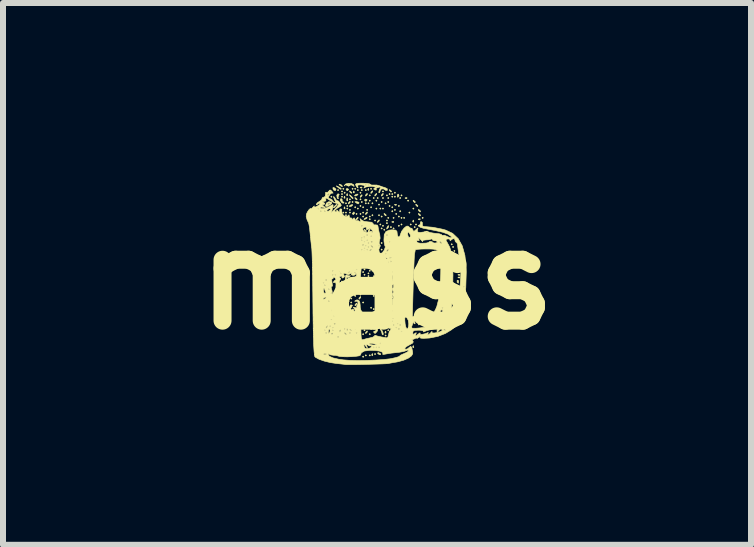
<source format=kicad_pcb>
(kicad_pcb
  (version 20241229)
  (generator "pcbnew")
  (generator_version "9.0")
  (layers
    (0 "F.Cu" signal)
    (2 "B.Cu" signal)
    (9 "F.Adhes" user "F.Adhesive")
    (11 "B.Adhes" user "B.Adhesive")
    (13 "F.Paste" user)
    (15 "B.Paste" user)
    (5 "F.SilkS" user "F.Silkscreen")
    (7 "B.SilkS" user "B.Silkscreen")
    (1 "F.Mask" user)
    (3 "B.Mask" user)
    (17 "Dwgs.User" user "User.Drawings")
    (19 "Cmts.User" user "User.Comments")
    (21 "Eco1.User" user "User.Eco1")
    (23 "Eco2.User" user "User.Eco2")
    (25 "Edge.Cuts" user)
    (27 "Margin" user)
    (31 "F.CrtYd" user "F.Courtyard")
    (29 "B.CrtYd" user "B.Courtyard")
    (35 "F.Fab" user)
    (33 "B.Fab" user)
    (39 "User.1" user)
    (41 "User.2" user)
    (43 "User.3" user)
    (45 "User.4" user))
  (footprint "mass"
    (layer "F.Cu")
    (at 3.237 1.608)
    (property "Reference" "mass" (at 0 0 0) (layer "F.SilkS") (effects (font (size 1.524 1.524) (thickness 0.3))))
    (attr through_hole)
    (fp_poly (pts (xy -0.75 -1.378) (xy -0.761 -1.367) (xy -0.772 -1.378) (xy -0.761 -1.389) (xy -0.75 -1.378)) (stroke (width 0.01) (type solid)) (fill yes) (layer "F.SilkS"))
    (fp_poly (pts (xy -0.706 0.342) (xy -0.717 0.353) (xy -0.728 0.342) (xy -0.717 0.331) (xy -0.706 0.342)) (stroke (width 0.01) (type solid)) (fill yes) (layer "F.SilkS"))
    (fp_poly (pts (xy -0.639 -1.488) (xy -0.65 -1.477) (xy -0.661 -1.488) (xy -0.65 -1.499) (xy -0.639 -1.488)) (stroke (width 0.01) (type solid)) (fill yes) (layer "F.SilkS"))
    (fp_poly (pts (xy -0.573 -1.466) (xy -0.584 -1.455) (xy -0.595 -1.466) (xy -0.584 -1.477) (xy -0.573 -1.466)) (stroke (width 0.01) (type solid)) (fill yes) (layer "F.SilkS"))
    (fp_poly (pts (xy -0.573 -1.422) (xy -0.584 -1.411) (xy -0.595 -1.422) (xy -0.584 -1.433) (xy -0.573 -1.422)) (stroke (width 0.01) (type solid)) (fill yes) (layer "F.SilkS"))
    (fp_poly (pts (xy -0.573 -1.378) (xy -0.584 -1.367) (xy -0.595 -1.378) (xy -0.584 -1.389) (xy -0.573 -1.378)) (stroke (width 0.01) (type solid)) (fill yes) (layer "F.SilkS"))
    (fp_poly (pts (xy -0.551 -1.51) (xy -0.562 -1.499) (xy -0.573 -1.51) (xy -0.562 -1.521) (xy -0.551 -1.51)) (stroke (width 0.01) (type solid)) (fill yes) (layer "F.SilkS"))
    (fp_poly (pts (xy -0.551 -1.113) (xy -0.562 -1.102) (xy -0.573 -1.113) (xy -0.562 -1.124) (xy -0.551 -1.113)) (stroke (width 0.01) (type solid)) (fill yes) (layer "F.SilkS"))
    (fp_poly (pts (xy -0.551 0.187) (xy -0.562 0.198) (xy -0.573 0.187) (xy -0.562 0.176) (xy -0.551 0.187)) (stroke (width 0.01) (type solid)) (fill yes) (layer "F.SilkS"))
    (fp_poly (pts (xy -0.551 0.386) (xy -0.562 0.397) (xy -0.573 0.386) (xy -0.562 0.375) (xy -0.551 0.386)) (stroke (width 0.01) (type solid)) (fill yes) (layer "F.SilkS"))
    (fp_poly (pts (xy -0.529 -1.444) (xy -0.54 -1.433) (xy -0.551 -1.444) (xy -0.54 -1.455) (xy -0.529 -1.444)) (stroke (width 0.01) (type solid)) (fill yes) (layer "F.SilkS"))
    (fp_poly (pts (xy -0.507 -1.268) (xy -0.518 -1.257) (xy -0.529 -1.268) (xy -0.518 -1.279) (xy -0.507 -1.268)) (stroke (width 0.01) (type solid)) (fill yes) (layer "F.SilkS"))
    (fp_poly (pts (xy -0.507 -1.113) (xy -0.518 -1.102) (xy -0.529 -1.113) (xy -0.518 -1.124) (xy -0.507 -1.113)) (stroke (width 0.01) (type solid)) (fill yes) (layer "F.SilkS"))
    (fp_poly (pts (xy -0.507 -1.069) (xy -0.518 -1.058) (xy -0.529 -1.069) (xy -0.518 -1.08) (xy -0.507 -1.069)) (stroke (width 0.01) (type solid)) (fill yes) (layer "F.SilkS"))
    (fp_poly (pts (xy -0.507 0.408) (xy -0.518 0.419) (xy -0.529 0.408) (xy -0.518 0.397) (xy -0.507 0.408)) (stroke (width 0.01) (type solid)) (fill yes) (layer "F.SilkS"))
    (fp_poly (pts (xy -0.485 -1.224) (xy -0.496 -1.213) (xy -0.507 -1.224) (xy -0.496 -1.235) (xy -0.485 -1.224)) (stroke (width 0.01) (type solid)) (fill yes) (layer "F.SilkS"))
    (fp_poly (pts (xy -0.485 -1.18) (xy -0.496 -1.169) (xy -0.507 -1.18) (xy -0.496 -1.191) (xy -0.485 -1.18)) (stroke (width 0.01) (type solid)) (fill yes) (layer "F.SilkS"))
    (fp_poly (pts (xy -0.485 0.232) (xy -0.496 0.243) (xy -0.507 0.232) (xy -0.496 0.22) (xy -0.485 0.232)) (stroke (width 0.01) (type solid)) (fill yes) (layer "F.SilkS"))
    (fp_poly (pts (xy -0.463 0.165) (xy -0.474 0.176) (xy -0.485 0.165) (xy -0.474 0.154) (xy -0.463 0.165)) (stroke (width 0.01) (type solid)) (fill yes) (layer "F.SilkS"))
    (fp_poly (pts (xy -0.463 0.364) (xy -0.474 0.375) (xy -0.485 0.364) (xy -0.474 0.353) (xy -0.463 0.364)) (stroke (width 0.01) (type solid)) (fill yes) (layer "F.SilkS"))
    (fp_poly (pts (xy -0.441 -1.334) (xy -0.452 -1.323) (xy -0.463 -1.334) (xy -0.452 -1.345) (xy -0.441 -1.334)) (stroke (width 0.01) (type solid)) (fill yes) (layer "F.SilkS"))
    (fp_poly (pts (xy -0.441 -1.158) (xy -0.452 -1.147) (xy -0.463 -1.158) (xy -0.452 -1.169) (xy -0.441 -1.158)) (stroke (width 0.01) (type solid)) (fill yes) (layer "F.SilkS"))
    (fp_poly (pts (xy -0.441 -1.113) (xy -0.452 -1.102) (xy -0.463 -1.113) (xy -0.452 -1.124) (xy -0.441 -1.113)) (stroke (width 0.01) (type solid)) (fill yes) (layer "F.SilkS"))
    (fp_poly (pts (xy -0.441 0.232) (xy -0.452 0.243) (xy -0.463 0.232) (xy -0.452 0.22) (xy -0.441 0.232)) (stroke (width 0.01) (type solid)) (fill yes) (layer "F.SilkS"))
    (fp_poly (pts (xy -0.441 0.276) (xy -0.452 0.287) (xy -0.463 0.276) (xy -0.452 0.265) (xy -0.441 0.276)) (stroke (width 0.01) (type solid)) (fill yes) (layer "F.SilkS"))
    (fp_poly (pts (xy -0.419 0.143) (xy -0.43 0.154) (xy -0.441 0.143) (xy -0.43 0.132) (xy -0.419 0.143)) (stroke (width 0.01) (type solid)) (fill yes) (layer "F.SilkS"))
    (fp_poly (pts (xy -0.419 0.32) (xy -0.43 0.331) (xy -0.441 0.32) (xy -0.43 0.309) (xy -0.419 0.32)) (stroke (width 0.01) (type solid)) (fill yes) (layer "F.SilkS"))
    (fp_poly (pts (xy -0.419 0.386) (xy -0.43 0.397) (xy -0.441 0.386) (xy -0.43 0.375) (xy -0.419 0.386)) (stroke (width 0.01) (type solid)) (fill yes) (layer "F.SilkS"))
    (fp_poly (pts (xy -0.397 -1.51) (xy -0.408 -1.499) (xy -0.419 -1.51) (xy -0.408 -1.521) (xy -0.397 -1.51)) (stroke (width 0.01) (type solid)) (fill yes) (layer "F.SilkS"))
    (fp_poly (pts (xy -0.397 -1.29) (xy -0.408 -1.279) (xy -0.419 -1.29) (xy -0.408 -1.301) (xy -0.397 -1.29)) (stroke (width 0.01) (type solid)) (fill yes) (layer "F.SilkS"))
    (fp_poly (pts (xy -0.397 0.187) (xy -0.408 0.198) (xy -0.419 0.187) (xy -0.408 0.176) (xy -0.397 0.187)) (stroke (width 0.01) (type solid)) (fill yes) (layer "F.SilkS"))
    (fp_poly (pts (xy -0.353 -1.51) (xy -0.364 -1.499) (xy -0.375 -1.51) (xy -0.364 -1.521) (xy -0.353 -1.51)) (stroke (width 0.01) (type solid)) (fill yes) (layer "F.SilkS"))
    (fp_poly (pts (xy -0.353 -1.202) (xy -0.364 -1.191) (xy -0.375 -1.202) (xy -0.364 -1.213) (xy -0.353 -1.202)) (stroke (width 0.01) (type solid)) (fill yes) (layer "F.SilkS"))
    (fp_poly (pts (xy -0.353 0.077) (xy -0.364 0.088) (xy -0.375 0.077) (xy -0.364 0.066) (xy -0.353 0.077)) (stroke (width 0.01) (type solid)) (fill yes) (layer "F.SilkS"))
    (fp_poly (pts (xy -0.331 -1.091) (xy -0.342 -1.08) (xy -0.353 -1.091) (xy -0.342 -1.102) (xy -0.331 -1.091)) (stroke (width 0.01) (type solid)) (fill yes) (layer "F.SilkS"))
    (fp_poly (pts (xy -0.309 -1.488) (xy -0.32 -1.477) (xy -0.331 -1.488) (xy -0.32 -1.499) (xy -0.309 -1.488)) (stroke (width 0.01) (type solid)) (fill yes) (layer "F.SilkS"))
    (fp_poly (pts (xy -0.309 -1.18) (xy -0.32 -1.169) (xy -0.331 -1.18) (xy -0.32 -1.191) (xy -0.309 -1.18)) (stroke (width 0.01) (type solid)) (fill yes) (layer "F.SilkS"))
    (fp_poly (pts (xy -0.287 0.187) (xy -0.298 0.198) (xy -0.309 0.187) (xy -0.298 0.176) (xy -0.287 0.187)) (stroke (width 0.01) (type solid)) (fill yes) (layer "F.SilkS"))
    (fp_poly (pts (xy -0.265 -1.444) (xy -0.276 -1.433) (xy -0.287 -1.444) (xy -0.276 -1.455) (xy -0.265 -1.444)) (stroke (width 0.01) (type solid)) (fill yes) (layer "F.SilkS"))
    (fp_poly (pts (xy -0.265 -1.334) (xy -0.276 -1.323) (xy -0.287 -1.334) (xy -0.276 -1.345) (xy -0.265 -1.334)) (stroke (width 0.01) (type solid)) (fill yes) (layer "F.SilkS"))
    (fp_poly (pts (xy -0.265 -1.224) (xy -0.276 -1.213) (xy -0.287 -1.224) (xy -0.276 -1.235) (xy -0.265 -1.224)) (stroke (width 0.01) (type solid)) (fill yes) (layer "F.SilkS"))
    (fp_poly (pts (xy -0.265 -1.091) (xy -0.276 -1.08) (xy -0.287 -1.091) (xy -0.276 -1.102) (xy -0.265 -1.091)) (stroke (width 0.01) (type solid)) (fill yes) (layer "F.SilkS"))
    (fp_poly (pts (xy -0.265 0.254) (xy -0.276 0.265) (xy -0.287 0.254) (xy -0.276 0.243) (xy -0.265 0.254)) (stroke (width 0.01) (type solid)) (fill yes) (layer "F.SilkS"))
    (fp_poly (pts (xy -0.243 -1.488) (xy -0.254 -1.477) (xy -0.265 -1.488) (xy -0.254 -1.499) (xy -0.243 -1.488)) (stroke (width 0.01) (type solid)) (fill yes) (layer "F.SilkS"))
    (fp_poly (pts (xy -0.243 -1.29) (xy -0.254 -1.279) (xy -0.265 -1.29) (xy -0.254 -1.301) (xy -0.243 -1.29)) (stroke (width 0.01) (type solid)) (fill yes) (layer "F.SilkS"))
    (fp_poly (pts (xy -0.22 -1.202) (xy -0.232 -1.191) (xy -0.243 -1.202) (xy -0.232 -1.213) (xy -0.22 -1.202)) (stroke (width 0.01) (type solid)) (fill yes) (layer "F.SilkS"))
    (fp_poly (pts (xy -0.22 -1.113) (xy -0.232 -1.102) (xy -0.243 -1.113) (xy -0.232 -1.124) (xy -0.22 -1.113)) (stroke (width 0.01) (type solid)) (fill yes) (layer "F.SilkS"))
    (fp_poly (pts (xy -0.22 -1.047) (xy -0.232 -1.036) (xy -0.243 -1.047) (xy -0.232 -1.058) (xy -0.22 -1.047)) (stroke (width 0.01) (type solid)) (fill yes) (layer "F.SilkS"))
    (fp_poly (pts (xy -0.22 -0.342) (xy -0.232 -0.331) (xy -0.243 -0.342) (xy -0.232 -0.353) (xy -0.22 -0.342)) (stroke (width 0.01) (type solid)) (fill yes) (layer "F.SilkS"))
    (fp_poly (pts (xy -0.22 -0.121) (xy -0.232 -0.11) (xy -0.243 -0.121) (xy -0.232 -0.132) (xy -0.22 -0.121)) (stroke (width 0.01) (type solid)) (fill yes) (layer "F.SilkS"))
    (fp_poly (pts (xy -0.22 0.386) (xy -0.232 0.397) (xy -0.243 0.386) (xy -0.232 0.375) (xy -0.22 0.386)) (stroke (width 0.01) (type solid)) (fill yes) (layer "F.SilkS"))
    (fp_poly (pts (xy -0.22 0.739) (xy -0.232 0.75) (xy -0.243 0.739) (xy -0.232 0.728) (xy -0.22 0.739)) (stroke (width 0.01) (type solid)) (fill yes) (layer "F.SilkS"))
    (fp_poly (pts (xy -0.22 0.915) (xy -0.232 0.926) (xy -0.243 0.915) (xy -0.232 0.904) (xy -0.22 0.915)) (stroke (width 0.01) (type solid)) (fill yes) (layer "F.SilkS"))
    (fp_poly (pts (xy -0.22 1.29) (xy -0.232 1.301) (xy -0.243 1.29) (xy -0.232 1.279) (xy -0.22 1.29)) (stroke (width 0.01) (type solid)) (fill yes) (layer "F.SilkS"))
    (fp_poly (pts (xy -0.198 -0.209) (xy -0.209 -0.198) (xy -0.22 -0.209) (xy -0.209 -0.22) (xy -0.198 -0.209)) (stroke (width 0.01) (type solid)) (fill yes) (layer "F.SilkS"))
    (fp_poly (pts (xy -0.198 -0.165) (xy -0.209 -0.154) (xy -0.22 -0.165) (xy -0.209 -0.176) (xy -0.198 -0.165)) (stroke (width 0.01) (type solid)) (fill yes) (layer "F.SilkS"))
    (fp_poly (pts (xy -0.198 -0.077) (xy -0.209 -0.066) (xy -0.22 -0.077) (xy -0.209 -0.088) (xy -0.198 -0.077)) (stroke (width 0.01) (type solid)) (fill yes) (layer "F.SilkS"))
    (fp_poly (pts (xy -0.198 0.606) (xy -0.209 0.617) (xy -0.22 0.606) (xy -0.209 0.595) (xy -0.198 0.606)) (stroke (width 0.01) (type solid)) (fill yes) (layer "F.SilkS"))
    (fp_poly (pts (xy -0.198 0.849) (xy -0.209 0.86) (xy -0.22 0.849) (xy -0.209 0.838) (xy -0.198 0.849)) (stroke (width 0.01) (type solid)) (fill yes) (layer "F.SilkS"))
    (fp_poly (pts (xy -0.176 -1.488) (xy -0.187 -1.477) (xy -0.198 -1.488) (xy -0.187 -1.499) (xy -0.176 -1.488)) (stroke (width 0.01) (type solid)) (fill yes) (layer "F.SilkS"))
    (fp_poly (pts (xy -0.176 -1.268) (xy -0.187 -1.257) (xy -0.198 -1.268) (xy -0.187 -1.279) (xy -0.176 -1.268)) (stroke (width 0.01) (type solid)) (fill yes) (layer "F.SilkS"))
    (fp_poly (pts (xy -0.176 1.268) (xy -0.187 1.279) (xy -0.198 1.268) (xy -0.187 1.257) (xy -0.176 1.268)) (stroke (width 0.01) (type solid)) (fill yes) (layer "F.SilkS"))
    (fp_poly (pts (xy -0.154 -1.158) (xy -0.165 -1.147) (xy -0.176 -1.158) (xy -0.165 -1.169) (xy -0.154 -1.158)) (stroke (width 0.01) (type solid)) (fill yes) (layer "F.SilkS"))
    (fp_poly (pts (xy -0.154 0.783) (xy -0.165 0.794) (xy -0.176 0.783) (xy -0.165 0.772) (xy -0.154 0.783)) (stroke (width 0.01) (type solid)) (fill yes) (layer "F.SilkS"))
    (fp_poly (pts (xy -0.132 -1.268) (xy -0.143 -1.257) (xy -0.154 -1.268) (xy -0.143 -1.279) (xy -0.132 -1.268)) (stroke (width 0.01) (type solid)) (fill yes) (layer "F.SilkS"))
    (fp_poly (pts (xy -0.132 -0.099) (xy -0.143 -0.088) (xy -0.154 -0.099) (xy -0.143 -0.11) (xy -0.132 -0.099)) (stroke (width 0.01) (type solid)) (fill yes) (layer "F.SilkS"))
    (fp_poly (pts (xy -0.132 -0.055) (xy -0.143 -0.044) (xy -0.154 -0.055) (xy -0.143 -0.066) (xy -0.132 -0.055)) (stroke (width 0.01) (type solid)) (fill yes) (layer "F.SilkS"))
    (fp_poly (pts (xy -0.132 0.672) (xy -0.143 0.684) (xy -0.154 0.672) (xy -0.143 0.661) (xy -0.132 0.672)) (stroke (width 0.01) (type solid)) (fill yes) (layer "F.SilkS"))
    (fp_poly (pts (xy -0.11 -1.4) (xy -0.121 -1.389) (xy -0.132 -1.4) (xy -0.121 -1.411) (xy -0.11 -1.4)) (stroke (width 0.01) (type solid)) (fill yes) (layer "F.SilkS"))
    (fp_poly (pts (xy -0.11 -1.312) (xy -0.121 -1.301) (xy -0.132 -1.312) (xy -0.121 -1.323) (xy -0.11 -1.312)) (stroke (width 0.01) (type solid)) (fill yes) (layer "F.SilkS"))
    (fp_poly (pts (xy -0.11 -1.047) (xy -0.121 -1.036) (xy -0.132 -1.047) (xy -0.121 -1.058) (xy -0.11 -1.047)) (stroke (width 0.01) (type solid)) (fill yes) (layer "F.SilkS"))
    (fp_poly (pts (xy -0.11 -1.003) (xy -0.121 -0.992) (xy -0.132 -1.003) (xy -0.121 -1.014) (xy -0.11 -1.003)) (stroke (width 0.01) (type solid)) (fill yes) (layer "F.SilkS"))
    (fp_poly (pts (xy -0.11 -0.187) (xy -0.121 -0.176) (xy -0.132 -0.187) (xy -0.121 -0.198) (xy -0.11 -0.187)) (stroke (width 0.01) (type solid)) (fill yes) (layer "F.SilkS"))
    (fp_poly (pts (xy -0.11 -0.143) (xy -0.121 -0.132) (xy -0.132 -0.143) (xy -0.121 -0.154) (xy -0.11 -0.143)) (stroke (width 0.01) (type solid)) (fill yes) (layer "F.SilkS"))
    (fp_poly (pts (xy -0.11 0.606) (xy -0.121 0.617) (xy -0.132 0.606) (xy -0.121 0.595) (xy -0.11 0.606)) (stroke (width 0.01) (type solid)) (fill yes) (layer "F.SilkS"))
    (fp_poly (pts (xy -0.11 0.739) (xy -0.121 0.75) (xy -0.132 0.739) (xy -0.121 0.728) (xy -0.11 0.739)) (stroke (width 0.01) (type solid)) (fill yes) (layer "F.SilkS"))
    (fp_poly (pts (xy -0.11 0.915) (xy -0.121 0.926) (xy -0.132 0.915) (xy -0.121 0.904) (xy -0.11 0.915)) (stroke (width 0.01) (type solid)) (fill yes) (layer "F.SilkS"))
    (fp_poly (pts (xy -0.11 1.268) (xy -0.121 1.279) (xy -0.132 1.268) (xy -0.121 1.257) (xy -0.11 1.268)) (stroke (width 0.01) (type solid)) (fill yes) (layer "F.SilkS"))
    (fp_poly (pts (xy -0.088 -1.51) (xy -0.099 -1.499) (xy -0.11 -1.51) (xy -0.099 -1.521) (xy -0.088 -1.51)) (stroke (width 0.01) (type solid)) (fill yes) (layer "F.SilkS"))
    (fp_poly (pts (xy -0.088 -1.202) (xy -0.099 -1.191) (xy -0.11 -1.202) (xy -0.099 -1.213) (xy -0.088 -1.202)) (stroke (width 0.01) (type solid)) (fill yes) (layer "F.SilkS"))
    (fp_poly (pts (xy -0.088 0.474) (xy -0.099 0.485) (xy -0.11 0.474) (xy -0.099 0.463) (xy -0.088 0.474)) (stroke (width 0.01) (type solid)) (fill yes) (layer "F.SilkS"))
    (fp_poly (pts (xy -0.088 0.827) (xy -0.099 0.838) (xy -0.11 0.827) (xy -0.099 0.816) (xy -0.088 0.827)) (stroke (width 0.01) (type solid)) (fill yes) (layer "F.SilkS"))
    (fp_poly (pts (xy -0.066 -1.268) (xy -0.077 -1.257) (xy -0.088 -1.268) (xy -0.077 -1.279) (xy -0.066 -1.268)) (stroke (width 0.01) (type solid)) (fill yes) (layer "F.SilkS"))
    (fp_poly (pts (xy -0.066 -1.069) (xy -0.077 -1.058) (xy -0.088 -1.069) (xy -0.077 -1.08) (xy -0.066 -1.069)) (stroke (width 0.01) (type solid)) (fill yes) (layer "F.SilkS"))
    (fp_poly (pts (xy -0.066 -0.143) (xy -0.077 -0.132) (xy -0.088 -0.143) (xy -0.077 -0.154) (xy -0.066 -0.143)) (stroke (width 0.01) (type solid)) (fill yes) (layer "F.SilkS"))
    (fp_poly (pts (xy -0.044 -1.356) (xy -0.055 -1.345) (xy -0.066 -1.356) (xy -0.055 -1.367) (xy -0.044 -1.356)) (stroke (width 0.01) (type solid)) (fill yes) (layer "F.SilkS"))
    (fp_poly (pts (xy -0.044 0.033) (xy -0.055 0.044) (xy -0.066 0.033) (xy -0.055 0.022) (xy -0.044 0.033)) (stroke (width 0.01) (type solid)) (fill yes) (layer "F.SilkS"))
    (fp_poly (pts (xy -0.044 0.276) (xy -0.055 0.287) (xy -0.066 0.276) (xy -0.055 0.265) (xy -0.044 0.276)) (stroke (width 0.01) (type solid)) (fill yes) (layer "F.SilkS"))
    (fp_poly (pts (xy -0.044 0.496) (xy -0.055 0.507) (xy -0.066 0.496) (xy -0.055 0.485) (xy -0.044 0.496)) (stroke (width 0.01) (type solid)) (fill yes) (layer "F.SilkS"))
    (fp_poly (pts (xy -0.044 0.562) (xy -0.055 0.573) (xy -0.066 0.562) (xy -0.055 0.551) (xy -0.044 0.562)) (stroke (width 0.01) (type solid)) (fill yes) (layer "F.SilkS"))
    (fp_poly (pts (xy -0.044 0.65) (xy -0.055 0.661) (xy -0.066 0.65) (xy -0.055 0.639) (xy -0.044 0.65)) (stroke (width 0.01) (type solid)) (fill yes) (layer "F.SilkS"))
    (fp_poly (pts (xy -0.044 0.805) (xy -0.055 0.816) (xy -0.066 0.805) (xy -0.055 0.794) (xy -0.044 0.805)) (stroke (width 0.01) (type solid)) (fill yes) (layer "F.SilkS"))
    (fp_poly (pts (xy -0.022 -0.981) (xy -0.033 -0.97) (xy -0.044 -0.981) (xy -0.033 -0.992) (xy -0.022 -0.981)) (stroke (width 0.01) (type solid)) (fill yes) (layer "F.SilkS"))
    (fp_poly (pts (xy -0.022 1.246) (xy -0.033 1.257) (xy -0.044 1.246) (xy -0.033 1.235) (xy -0.022 1.246)) (stroke (width 0.01) (type solid)) (fill yes) (layer "F.SilkS"))
    (fp_poly (pts (xy 0 -1.312) (xy -0.011 -1.301) (xy -0.022 -1.312) (xy -0.011 -1.323) (xy 0 -1.312)) (stroke (width 0.01) (type solid)) (fill yes) (layer "F.SilkS"))
    (fp_poly (pts (xy 0 -1.18) (xy -0.011 -1.169) (xy -0.022 -1.18) (xy -0.011 -1.191) (xy 0 -1.18)) (stroke (width 0.01) (type solid)) (fill yes) (layer "F.SilkS"))
    (fp_poly (pts (xy 0.022 -1.356) (xy 0.011 -1.345) (xy 0 -1.356) (xy 0.011 -1.367) (xy 0.022 -1.356)) (stroke (width 0.01) (type solid)) (fill yes) (layer "F.SilkS"))
    (fp_poly (pts (xy 0.022 -0.099) (xy 0.011 -0.088) (xy 0 -0.099) (xy 0.011 -0.11) (xy 0.022 -0.099)) (stroke (width 0.01) (type solid)) (fill yes) (layer "F.SilkS"))
    (fp_poly (pts (xy 0.022 0.584) (xy 0.011 0.595) (xy 0 0.584) (xy 0.011 0.573) (xy 0.022 0.584)) (stroke (width 0.01) (type solid)) (fill yes) (layer "F.SilkS"))
    (fp_poly (pts (xy 0.022 0.65) (xy 0.011 0.661) (xy 0 0.65) (xy 0.011 0.639) (xy 0.022 0.65)) (stroke (width 0.01) (type solid)) (fill yes) (layer "F.SilkS"))
    (fp_poly (pts (xy 0.022 0.761) (xy 0.011 0.772) (xy 0 0.761) (xy 0.011 0.75) (xy 0.022 0.761)) (stroke (width 0.01) (type solid)) (fill yes) (layer "F.SilkS"))
    (fp_poly (pts (xy 0.044 -1.246) (xy 0.033 -1.235) (xy 0.022 -1.246) (xy 0.033 -1.257) (xy 0.044 -1.246)) (stroke (width 0.01) (type solid)) (fill yes) (layer "F.SilkS"))
    (fp_poly (pts (xy 0.044 -1.069) (xy 0.033 -1.058) (xy 0.022 -1.069) (xy 0.033 -1.08) (xy 0.044 -1.069)) (stroke (width 0.01) (type solid)) (fill yes) (layer "F.SilkS"))
    (fp_poly (pts (xy 0.044 -0.165) (xy 0.033 -0.154) (xy 0.022 -0.165) (xy 0.033 -0.176) (xy 0.044 -0.165)) (stroke (width 0.01) (type solid)) (fill yes) (layer "F.SilkS"))
    (fp_poly (pts (xy 0.044 0.033) (xy 0.033 0.044) (xy 0.022 0.033) (xy 0.033 0.022) (xy 0.044 0.033)) (stroke (width 0.01) (type solid)) (fill yes) (layer "F.SilkS"))
    (fp_poly (pts (xy 0.066 -1.18) (xy 0.055 -1.169) (xy 0.044 -1.18) (xy 0.055 -1.191) (xy 0.066 -1.18)) (stroke (width 0.01) (type solid)) (fill yes) (layer "F.SilkS"))
    (fp_poly (pts (xy 0.066 -0.915) (xy 0.055 -0.904) (xy 0.044 -0.915) (xy 0.055 -0.926) (xy 0.066 -0.915)) (stroke (width 0.01) (type solid)) (fill yes) (layer "F.SilkS"))
    (fp_poly (pts (xy 0.066 -0.121) (xy 0.055 -0.11) (xy 0.044 -0.121) (xy 0.055 -0.132) (xy 0.066 -0.121)) (stroke (width 0.01) (type solid)) (fill yes) (layer "F.SilkS"))
    (fp_poly (pts (xy 0.066 0.496) (xy 0.055 0.507) (xy 0.044 0.496) (xy 0.055 0.485) (xy 0.066 0.496)) (stroke (width 0.01) (type solid)) (fill yes) (layer "F.SilkS"))
    (fp_poly (pts (xy 0.066 0.54) (xy 0.055 0.551) (xy 0.044 0.54) (xy 0.055 0.529) (xy 0.066 0.54)) (stroke (width 0.01) (type solid)) (fill yes) (layer "F.SilkS"))
    (fp_poly (pts (xy 0.066 0.783) (xy 0.055 0.794) (xy 0.044 0.783) (xy 0.055 0.772) (xy 0.066 0.783)) (stroke (width 0.01) (type solid)) (fill yes) (layer "F.SilkS"))
    (fp_poly (pts (xy 0.088 -1.29) (xy 0.077 -1.279) (xy 0.066 -1.29) (xy 0.077 -1.301) (xy 0.088 -1.29)) (stroke (width 0.01) (type solid)) (fill yes) (layer "F.SilkS"))
    (fp_poly (pts (xy 0.088 -1.047) (xy 0.077 -1.036) (xy 0.066 -1.047) (xy 0.077 -1.058) (xy 0.088 -1.047)) (stroke (width 0.01) (type solid)) (fill yes) (layer "F.SilkS"))
    (fp_poly (pts (xy 0.088 -0.849) (xy 0.077 -0.838) (xy 0.066 -0.849) (xy 0.077 -0.86) (xy 0.088 -0.849)) (stroke (width 0.01) (type solid)) (fill yes) (layer "F.SilkS"))
    (fp_poly (pts (xy 0.088 -0.606) (xy 0.077 -0.595) (xy 0.066 -0.606) (xy 0.077 -0.617) (xy 0.088 -0.606)) (stroke (width 0.01) (type solid)) (fill yes) (layer "F.SilkS"))
    (fp_poly (pts (xy 0.088 -0.496) (xy 0.077 -0.485) (xy 0.066 -0.496) (xy 0.077 -0.507) (xy 0.088 -0.496)) (stroke (width 0.01) (type solid)) (fill yes) (layer "F.SilkS"))
    (fp_poly (pts (xy 0.088 0.672) (xy 0.077 0.684) (xy 0.066 0.672) (xy 0.077 0.661) (xy 0.088 0.672)) (stroke (width 0.01) (type solid)) (fill yes) (layer "F.SilkS"))
    (fp_poly (pts (xy 0.11 -1.466) (xy 0.099 -1.455) (xy 0.088 -1.466) (xy 0.099 -1.477) (xy 0.11 -1.466)) (stroke (width 0.01) (type solid)) (fill yes) (layer "F.SilkS"))
    (fp_poly (pts (xy 0.11 -1.356) (xy 0.099 -1.345) (xy 0.088 -1.356) (xy 0.099 -1.367) (xy 0.11 -1.356)) (stroke (width 0.01) (type solid)) (fill yes) (layer "F.SilkS"))
    (fp_poly (pts (xy 0.11 -1.18) (xy 0.099 -1.169) (xy 0.088 -1.18) (xy 0.099 -1.191) (xy 0.11 -1.18)) (stroke (width 0.01) (type solid)) (fill yes) (layer "F.SilkS"))
    (fp_poly (pts (xy 0.11 -0.893) (xy 0.099 -0.882) (xy 0.088 -0.893) (xy 0.099 -0.904) (xy 0.11 -0.893)) (stroke (width 0.01) (type solid)) (fill yes) (layer "F.SilkS"))
    (fp_poly (pts (xy 0.11 -0.121) (xy 0.099 -0.11) (xy 0.088 -0.121) (xy 0.099 -0.132) (xy 0.11 -0.121)) (stroke (width 0.01) (type solid)) (fill yes) (layer "F.SilkS"))
    (fp_poly (pts (xy 0.11 0.099) (xy 0.099 0.11) (xy 0.088 0.099) (xy 0.099 0.088) (xy 0.11 0.099)) (stroke (width 0.01) (type solid)) (fill yes) (layer "F.SilkS"))
    (fp_poly (pts (xy 0.11 0.761) (xy 0.099 0.772) (xy 0.088 0.761) (xy 0.099 0.75) (xy 0.11 0.761)) (stroke (width 0.01) (type solid)) (fill yes) (layer "F.SilkS"))
    (fp_poly (pts (xy 0.11 0.805) (xy 0.099 0.816) (xy 0.088 0.805) (xy 0.099 0.794) (xy 0.11 0.805)) (stroke (width 0.01) (type solid)) (fill yes) (layer "F.SilkS"))
    (fp_poly (pts (xy 0.132 -0.827) (xy 0.121 -0.816) (xy 0.11 -0.827) (xy 0.121 -0.838) (xy 0.132 -0.827)) (stroke (width 0.01) (type solid)) (fill yes) (layer "F.SilkS"))
    (fp_poly (pts (xy 0.132 0.584) (xy 0.121 0.595) (xy 0.11 0.584) (xy 0.121 0.573) (xy 0.132 0.584)) (stroke (width 0.01) (type solid)) (fill yes) (layer "F.SilkS"))
    (fp_poly (pts (xy 0.154 -1.268) (xy 0.143 -1.257) (xy 0.132 -1.268) (xy 0.143 -1.279) (xy 0.154 -1.268)) (stroke (width 0.01) (type solid)) (fill yes) (layer "F.SilkS"))
    (fp_poly (pts (xy 0.154 0.055) (xy 0.143 0.066) (xy 0.132 0.055) (xy 0.143 0.044) (xy 0.154 0.055)) (stroke (width 0.01) (type solid)) (fill yes) (layer "F.SilkS"))
    (fp_poly (pts (xy 0.154 0.386) (xy 0.143 0.397) (xy 0.132 0.386) (xy 0.143 0.375) (xy 0.154 0.386)) (stroke (width 0.01) (type solid)) (fill yes) (layer "F.SilkS"))
    (fp_poly (pts (xy 0.154 0.805) (xy 0.143 0.816) (xy 0.132 0.805) (xy 0.143 0.794) (xy 0.154 0.805)) (stroke (width 0.01) (type solid)) (fill yes) (layer "F.SilkS"))
    (fp_poly (pts (xy 0.154 0.937) (xy 0.143 0.948) (xy 0.132 0.937) (xy 0.143 0.926) (xy 0.154 0.937)) (stroke (width 0.01) (type solid)) (fill yes) (layer "F.SilkS"))
    (fp_poly (pts (xy 0.176 -1.4) (xy 0.165 -1.389) (xy 0.154 -1.4) (xy 0.165 -1.411) (xy 0.176 -1.4)) (stroke (width 0.01) (type solid)) (fill yes) (layer "F.SilkS"))
    (fp_poly (pts (xy 0.176 -0.981) (xy 0.165 -0.97) (xy 0.154 -0.981) (xy 0.165 -0.992) (xy 0.176 -0.981)) (stroke (width 0.01) (type solid)) (fill yes) (layer "F.SilkS"))
    (fp_poly (pts (xy 0.176 -0.937) (xy 0.165 -0.926) (xy 0.154 -0.937) (xy 0.165 -0.948) (xy 0.176 -0.937)) (stroke (width 0.01) (type solid)) (fill yes) (layer "F.SilkS"))
    (fp_poly (pts (xy 0.176 -0.121) (xy 0.165 -0.11) (xy 0.154 -0.121) (xy 0.165 -0.132) (xy 0.176 -0.121)) (stroke (width 0.01) (type solid)) (fill yes) (layer "F.SilkS"))
    (fp_poly (pts (xy 0.176 -0.033) (xy 0.165 -0.022) (xy 0.154 -0.033) (xy 0.165 -0.044) (xy 0.176 -0.033)) (stroke (width 0.01) (type solid)) (fill yes) (layer "F.SilkS"))
    (fp_poly (pts (xy 0.198 -1.356) (xy 0.187 -1.345) (xy 0.176 -1.356) (xy 0.187 -1.367) (xy 0.198 -1.356)) (stroke (width 0.01) (type solid)) (fill yes) (layer "F.SilkS"))
    (fp_poly (pts (xy 0.198 -1.29) (xy 0.187 -1.279) (xy 0.176 -1.29) (xy 0.187 -1.301) (xy 0.198 -1.29)) (stroke (width 0.01) (type solid)) (fill yes) (layer "F.SilkS"))
    (fp_poly (pts (xy 0.198 -1.025) (xy 0.187 -1.014) (xy 0.176 -1.025) (xy 0.187 -1.036) (xy 0.198 -1.025)) (stroke (width 0.01) (type solid)) (fill yes) (layer "F.SilkS"))
    (fp_poly (pts (xy 0.198 0.849) (xy 0.187 0.86) (xy 0.176 0.849) (xy 0.187 0.838) (xy 0.198 0.849)) (stroke (width 0.01) (type solid)) (fill yes) (layer "F.SilkS"))
    (fp_poly (pts (xy 0.22 -1.422) (xy 0.209 -1.411) (xy 0.198 -1.422) (xy 0.209 -1.433) (xy 0.22 -1.422)) (stroke (width 0.01) (type solid)) (fill yes) (layer "F.SilkS"))
    (fp_poly (pts (xy 0.22 -1.224) (xy 0.209 -1.213) (xy 0.198 -1.224) (xy 0.209 -1.235) (xy 0.22 -1.224)) (stroke (width 0.01) (type solid)) (fill yes) (layer "F.SilkS"))
    (fp_poly (pts (xy 0.22 0.165) (xy 0.209 0.176) (xy 0.198 0.165) (xy 0.209 0.154) (xy 0.22 0.165)) (stroke (width 0.01) (type solid)) (fill yes) (layer "F.SilkS"))
    (fp_poly (pts (xy 0.22 0.209) (xy 0.209 0.22) (xy 0.198 0.209) (xy 0.209 0.198) (xy 0.22 0.209)) (stroke (width 0.01) (type solid)) (fill yes) (layer "F.SilkS"))
    (fp_poly (pts (xy 0.22 0.276) (xy 0.209 0.287) (xy 0.198 0.276) (xy 0.209 0.265) (xy 0.22 0.276)) (stroke (width 0.01) (type solid)) (fill yes) (layer "F.SilkS"))
    (fp_poly (pts (xy 0.243 -0.871) (xy 0.232 -0.86) (xy 0.22 -0.871) (xy 0.232 -0.882) (xy 0.243 -0.871)) (stroke (width 0.01) (type solid)) (fill yes) (layer "F.SilkS"))
    (fp_poly (pts (xy 0.265 -1.422) (xy 0.254 -1.411) (xy 0.243 -1.422) (xy 0.254 -1.433) (xy 0.265 -1.422)) (stroke (width 0.01) (type solid)) (fill yes) (layer "F.SilkS"))
    (fp_poly (pts (xy 0.265 -1.378) (xy 0.254 -1.367) (xy 0.243 -1.378) (xy 0.254 -1.389) (xy 0.265 -1.378)) (stroke (width 0.01) (type solid)) (fill yes) (layer "F.SilkS"))
    (fp_poly (pts (xy 0.265 -1.202) (xy 0.254 -1.191) (xy 0.243 -1.202) (xy 0.254 -1.213) (xy 0.265 -1.202)) (stroke (width 0.01) (type solid)) (fill yes) (layer "F.SilkS"))
    (fp_poly (pts (xy 0.265 -1.136) (xy 0.254 -1.124) (xy 0.243 -1.136) (xy 0.254 -1.147) (xy 0.265 -1.136)) (stroke (width 0.01) (type solid)) (fill yes) (layer "F.SilkS"))
    (fp_poly (pts (xy 0.265 0.298) (xy 0.254 0.309) (xy 0.243 0.298) (xy 0.254 0.287) (xy 0.265 0.298)) (stroke (width 0.01) (type solid)) (fill yes) (layer "F.SilkS"))
    (fp_poly (pts (xy 0.287 -1.025) (xy 0.276 -1.014) (xy 0.265 -1.025) (xy 0.276 -1.036) (xy 0.287 -1.025)) (stroke (width 0.01) (type solid)) (fill yes) (layer "F.SilkS"))
    (fp_poly (pts (xy 0.287 -0.849) (xy 0.276 -0.838) (xy 0.265 -0.849) (xy 0.276 -0.86) (xy 0.287 -0.849)) (stroke (width 0.01) (type solid)) (fill yes) (layer "F.SilkS"))
    (fp_poly (pts (xy 0.309 -1.444) (xy 0.298 -1.433) (xy 0.287 -1.444) (xy 0.298 -1.455) (xy 0.309 -1.444)) (stroke (width 0.01) (type solid)) (fill yes) (layer "F.SilkS"))
    (fp_poly (pts (xy 0.309 -1.378) (xy 0.298 -1.367) (xy 0.287 -1.378) (xy 0.298 -1.389) (xy 0.309 -1.378)) (stroke (width 0.01) (type solid)) (fill yes) (layer "F.SilkS"))
    (fp_poly (pts (xy 0.309 -1.158) (xy 0.298 -1.147) (xy 0.287 -1.158) (xy 0.298 -1.169) (xy 0.309 -1.158)) (stroke (width 0.01) (type solid)) (fill yes) (layer "F.SilkS"))
    (fp_poly (pts (xy 0.331 -1.091) (xy 0.32 -1.08) (xy 0.309 -1.091) (xy 0.32 -1.102) (xy 0.331 -1.091)) (stroke (width 0.01) (type solid)) (fill yes) (layer "F.SilkS"))
    (fp_poly (pts (xy 0.375 -1.224) (xy 0.364 -1.213) (xy 0.353 -1.224) (xy 0.364 -1.235) (xy 0.375 -1.224)) (stroke (width 0.01) (type solid)) (fill yes) (layer "F.SilkS"))
    (fp_poly (pts (xy 0.375 -1.047) (xy 0.364 -1.036) (xy 0.353 -1.047) (xy 0.364 -1.058) (xy 0.375 -1.047)) (stroke (width 0.01) (type solid)) (fill yes) (layer "F.SilkS"))
    (fp_poly (pts (xy 0.375 -0.893) (xy 0.364 -0.882) (xy 0.353 -0.893) (xy 0.364 -0.904) (xy 0.375 -0.893)) (stroke (width 0.01) (type solid)) (fill yes) (layer "F.SilkS"))
    (fp_poly (pts (xy 0.397 -1.356) (xy 0.386 -1.345) (xy 0.375 -1.356) (xy 0.386 -1.367) (xy 0.397 -1.356)) (stroke (width 0.01) (type solid)) (fill yes) (layer "F.SilkS"))
    (fp_poly (pts (xy 0.397 -1.136) (xy 0.386 -1.124) (xy 0.375 -1.136) (xy 0.386 -1.147) (xy 0.397 -1.136)) (stroke (width 0.01) (type solid)) (fill yes) (layer "F.SilkS"))
    (fp_poly (pts (xy 0.419 -1.4) (xy 0.408 -1.389) (xy 0.397 -1.4) (xy 0.408 -1.411) (xy 0.419 -1.4)) (stroke (width 0.01) (type solid)) (fill yes) (layer "F.SilkS"))
    (fp_poly (pts (xy 0.419 -1.025) (xy 0.408 -1.014) (xy 0.397 -1.025) (xy 0.408 -1.036) (xy 0.419 -1.025)) (stroke (width 0.01) (type solid)) (fill yes) (layer "F.SilkS"))
    (fp_poly (pts (xy 0.419 -0.915) (xy 0.408 -0.904) (xy 0.397 -0.915) (xy 0.408 -0.926) (xy 0.419 -0.915)) (stroke (width 0.01) (type solid)) (fill yes) (layer "F.SilkS"))
    (fp_poly (pts (xy 0.463 -1.025) (xy 0.452 -1.014) (xy 0.441 -1.025) (xy 0.452 -1.036) (xy 0.463 -1.025)) (stroke (width 0.01) (type solid)) (fill yes) (layer "F.SilkS"))
    (fp_poly (pts (xy 0.529 -1.312) (xy 0.518 -1.301) (xy 0.507 -1.312) (xy 0.518 -1.323) (xy 0.529 -1.312)) (stroke (width 0.01) (type solid)) (fill yes) (layer "F.SilkS"))
    (fp_poly (pts (xy 0.551 -1.113) (xy 0.54 -1.102) (xy 0.529 -1.113) (xy 0.54 -1.124) (xy 0.551 -1.113)) (stroke (width 0.01) (type solid)) (fill yes) (layer "F.SilkS"))
    (fp_poly (pts (xy 0.573 -0.915) (xy 0.562 -0.904) (xy 0.551 -0.915) (xy 0.562 -0.926) (xy 0.573 -0.915)) (stroke (width 0.01) (type solid)) (fill yes) (layer "F.SilkS"))
    (fp_poly (pts (xy 0.617 -1.18) (xy 0.606 -1.169) (xy 0.595 -1.18) (xy 0.606 -1.191) (xy 0.617 -1.18)) (stroke (width 0.01) (type solid)) (fill yes) (layer "F.SilkS"))
    (fp_poly (pts (xy 0.639 -0.871) (xy 0.628 -0.86) (xy 0.617 -0.871) (xy 0.628 -0.882) (xy 0.639 -0.871)) (stroke (width 0.01) (type solid)) (fill yes) (layer "F.SilkS"))
    (fp_poly (pts (xy 0.661 -0.915) (xy 0.65 -0.904) (xy 0.639 -0.915) (xy 0.65 -0.926) (xy 0.661 -0.915)) (stroke (width 0.01) (type solid)) (fill yes) (layer "F.SilkS"))
    (fp_poly (pts (xy 0.684 0.717) (xy 0.672 0.728) (xy 0.661 0.717) (xy 0.672 0.706) (xy 0.684 0.717)) (stroke (width 0.01) (type solid)) (fill yes) (layer "F.SilkS"))
    (fp_poly (pts (xy 0.772 -1.025) (xy 0.761 -1.014) (xy 0.75 -1.025) (xy 0.761 -1.036) (xy 0.772 -1.025)) (stroke (width 0.01) (type solid)) (fill yes) (layer "F.SilkS"))
    (fp_poly (pts (xy 0.838 0.717) (xy 0.827 0.728) (xy 0.816 0.717) (xy 0.827 0.706) (xy 0.838 0.717)) (stroke (width 0.01) (type solid)) (fill yes) (layer "F.SilkS"))
    (fp_poly (pts (xy 0.926 0.717) (xy 0.915 0.728) (xy 0.904 0.717) (xy 0.915 0.706) (xy 0.926 0.717)) (stroke (width 0.01) (type solid)) (fill yes) (layer "F.SilkS"))
    (fp_poly (pts (xy 1.147 0.717) (xy 1.136 0.728) (xy 1.124 0.717) (xy 1.136 0.706) (xy 1.147 0.717)) (stroke (width 0.01) (type solid)) (fill yes) (layer "F.SilkS"))
    (fp_poly (pts (xy 1.147 0.783) (xy 1.136 0.794) (xy 1.124 0.783) (xy 1.136 0.772) (xy 1.147 0.783)) (stroke (width 0.01) (type solid)) (fill yes) (layer "F.SilkS"))
    (fp_poly (pts (xy 1.191 0.739) (xy 1.18 0.75) (xy 1.169 0.739) (xy 1.18 0.728) (xy 1.191 0.739)) (stroke (width 0.01) (type solid)) (fill yes) (layer "F.SilkS"))
    (fp_poly (pts (xy 1.257 -0.584) (xy 1.246 -0.573) (xy 1.235 -0.584) (xy 1.246 -0.595) (xy 1.257 -0.584)) (stroke (width 0.01) (type solid)) (fill yes) (layer "F.SilkS"))
    (fp_poly (pts (xy 1.279 -0.54) (xy 1.268 -0.529) (xy 1.257 -0.54) (xy 1.268 -0.551) (xy 1.279 -0.54)) (stroke (width 0.01) (type solid)) (fill yes) (layer "F.SilkS"))
    (fp_poly (pts (xy 1.279 0.408) (xy 1.268 0.419) (xy 1.257 0.408) (xy 1.268 0.397) (xy 1.279 0.408)) (stroke (width 0.01) (type solid)) (fill yes) (layer "F.SilkS"))
    (fp_poly (pts (xy 1.279 0.54) (xy 1.268 0.551) (xy 1.257 0.54) (xy 1.268 0.529) (xy 1.279 0.54)) (stroke (width 0.01) (type solid)) (fill yes) (layer "F.SilkS"))
    (fp_poly (pts (xy 1.301 -0.474) (xy 1.29 -0.463) (xy 1.279 -0.474) (xy 1.29 -0.485) (xy 1.301 -0.474)) (stroke (width 0.01) (type solid)) (fill yes) (layer "F.SilkS"))
    (fp_poly (pts (xy 1.345 -0.32) (xy 1.334 -0.309) (xy 1.323 -0.32) (xy 1.334 -0.331) (xy 1.345 -0.32)) (stroke (width 0.01) (type solid)) (fill yes) (layer "F.SilkS"))
    (fp_poly (pts (xy 1.367 0.54) (xy 1.356 0.551) (xy 1.345 0.54) (xy 1.356 0.529) (xy 1.367 0.54)) (stroke (width 0.01) (type solid)) (fill yes) (layer "F.SilkS"))
    (fp_poly (pts (xy -0.581 0.029) (xy -0.578 0.056) (xy -0.581 0.059) (xy -0.594 0.056) (xy -0.595 0.044) (xy -0.587 0.026) (xy -0.581 0.029)) (stroke (width 0.01) (type solid)) (fill yes) (layer "F.SilkS"))
    (fp_poly (pts (xy -0.537 -1.382) (xy -0.534 -1.356) (xy -0.537 -1.352) (xy -0.55 -1.355) (xy -0.551 -1.367) (xy -0.543 -1.385) (xy -0.537 -1.382)) (stroke (width 0.01) (type solid)) (fill yes) (layer "F.SilkS"))
    (fp_poly (pts (xy -0.537 -1.205) (xy -0.534 -1.179) (xy -0.537 -1.176) (xy -0.55 -1.179) (xy -0.551 -1.191) (xy -0.543 -1.209) (xy -0.537 -1.205)) (stroke (width 0.01) (type solid)) (fill yes) (layer "F.SilkS"))
    (fp_poly (pts (xy -0.514 0.316) (xy -0.517 0.329) (xy -0.529 0.331) (xy -0.547 0.323) (xy -0.544 0.316) (xy -0.518 0.313) (xy -0.514 0.316)) (stroke (width 0.01) (type solid)) (fill yes) (layer "F.SilkS"))
    (fp_poly (pts (xy -0.492 -1.426) (xy -0.49 -1.4) (xy -0.492 -1.396) (xy -0.506 -1.399) (xy -0.507 -1.411) (xy -0.499 -1.429) (xy -0.492 -1.426)) (stroke (width 0.01) (type solid)) (fill yes) (layer "F.SilkS"))
    (fp_poly (pts (xy -0.492 -1.349) (xy -0.489 -1.315) (xy -0.494 -1.307) (xy -0.504 -1.313) (xy -0.505 -1.336) (xy -0.5 -1.359) (xy -0.492 -1.349)) (stroke (width 0.01) (type solid)) (fill yes) (layer "F.SilkS"))
    (fp_poly (pts (xy -0.382 -1.47) (xy -0.38 -1.444) (xy -0.382 -1.441) (xy -0.395 -1.444) (xy -0.397 -1.455) (xy -0.389 -1.473) (xy -0.382 -1.47)) (stroke (width 0.01) (type solid)) (fill yes) (layer "F.SilkS"))
    (fp_poly (pts (xy -0.25 -1.536) (xy -0.253 -1.523) (xy -0.265 -1.521) (xy -0.283 -1.529) (xy -0.279 -1.536) (xy -0.253 -1.539) (xy -0.25 -1.536)) (stroke (width 0.01) (type solid)) (fill yes) (layer "F.SilkS"))
    (fp_poly (pts (xy -0.162 0.007) (xy -0.165 0.02) (xy -0.176 0.022) (xy -0.195 0.014) (xy -0.191 0.007) (xy -0.165 0.005) (xy -0.162 0.007)) (stroke (width 0.01) (type solid)) (fill yes) (layer "F.SilkS"))
    (fp_poly (pts (xy -0.14 -1.514) (xy -0.137 -1.488) (xy -0.14 -1.485) (xy -0.153 -1.488) (xy -0.154 -1.499) (xy -0.146 -1.517) (xy -0.14 -1.514)) (stroke (width 0.01) (type solid)) (fill yes) (layer "F.SilkS"))
    (fp_poly (pts (xy -0.118 -0.235) (xy -0.121 -0.222) (xy -0.132 -0.22) (xy -0.15 -0.229) (xy -0.147 -0.235) (xy -0.121 -0.238) (xy -0.118 -0.235)) (stroke (width 0.01) (type solid)) (fill yes) (layer "F.SilkS"))
    (fp_poly (pts (xy -0.073 1.242) (xy -0.071 1.268) (xy -0.073 1.271) (xy -0.087 1.268) (xy -0.088 1.257) (xy -0.08 1.239) (xy -0.073 1.242)) (stroke (width 0.01) (type solid)) (fill yes) (layer "F.SilkS"))
    (fp_poly (pts (xy -0.029 -0.059) (xy -0.032 -0.046) (xy -0.044 -0.044) (xy -0.062 -0.052) (xy -0.059 -0.059) (xy -0.033 -0.061) (xy -0.029 -0.059)) (stroke (width 0.01) (type solid)) (fill yes) (layer "F.SilkS"))
    (fp_poly (pts (xy 0.103 -0.081) (xy 0.1 -0.068) (xy 0.088 -0.066) (xy 0.07 -0.074) (xy 0.073 -0.081) (xy 0.1 -0.083) (xy 0.103 -0.081)) (stroke (width 0.01) (type solid)) (fill yes) (layer "F.SilkS"))
    (fp_poly (pts (xy 0.147 0.867) (xy 0.15 0.893) (xy 0.147 0.897) (xy 0.134 0.894) (xy 0.132 0.882) (xy 0.14 0.864) (xy 0.147 0.867)) (stroke (width 0.01) (type solid)) (fill yes) (layer "F.SilkS"))
    (fp_poly (pts (xy 0.169 0.47) (xy 0.172 0.497) (xy 0.169 0.5) (xy 0.156 0.497) (xy 0.154 0.485) (xy 0.162 0.467) (xy 0.169 0.47)) (stroke (width 0.01) (type solid)) (fill yes) (layer "F.SilkS"))
    (fp_poly (pts (xy 0.235 0.382) (xy 0.232 0.395) (xy 0.22 0.397) (xy 0.202 0.389) (xy 0.206 0.382) (xy 0.232 0.38) (xy 0.235 0.382)) (stroke (width 0.01) (type solid)) (fill yes) (layer "F.SilkS"))
    (fp_poly (pts (xy 0.279 -0.963) (xy 0.276 -0.95) (xy 0.265 -0.948) (xy 0.246 -0.956) (xy 0.25 -0.963) (xy 0.276 -0.965) (xy 0.279 -0.963)) (stroke (width 0.01) (type solid)) (fill yes) (layer "F.SilkS"))
    (fp_poly (pts (xy 0.323 -1.249) (xy 0.32 -1.236) (xy 0.309 -1.235) (xy 0.291 -1.243) (xy 0.294 -1.249) (xy 0.32 -1.252) (xy 0.323 -1.249)) (stroke (width 0.01) (type solid)) (fill yes) (layer "F.SilkS"))
    (fp_poly (pts (xy 0.5 -1.36) (xy 0.497 -1.347) (xy 0.485 -1.345) (xy 0.467 -1.353) (xy 0.47 -1.36) (xy 0.497 -1.362) (xy 0.5 -1.36)) (stroke (width 0.01) (type solid)) (fill yes) (layer "F.SilkS"))
    (fp_poly (pts (xy 0.61 -0.985) (xy 0.613 -0.959) (xy 0.61 -0.955) (xy 0.597 -0.958) (xy 0.595 -0.97) (xy 0.603 -0.988) (xy 0.61 -0.985)) (stroke (width 0.01) (type solid)) (fill yes) (layer "F.SilkS"))
    (fp_poly (pts (xy 0.61 1.11) (xy 0.613 1.136) (xy 0.61 1.139) (xy 0.597 1.136) (xy 0.595 1.124) (xy 0.603 1.106) (xy 0.61 1.11)) (stroke (width 0.01) (type solid)) (fill yes) (layer "F.SilkS"))
    (fp_poly (pts (xy 0.632 0.713) (xy 0.635 0.739) (xy 0.632 0.742) (xy 0.619 0.739) (xy 0.617 0.728) (xy 0.625 0.709) (xy 0.632 0.713)) (stroke (width 0.01) (type solid)) (fill yes) (layer "F.SilkS"))
    (fp_poly (pts (xy 0.72 -1.007) (xy 0.717 -0.994) (xy 0.706 -0.992) (xy 0.687 -1) (xy 0.691 -1.007) (xy 0.717 -1.01) (xy 0.72 -1.007)) (stroke (width 0.01) (type solid)) (fill yes) (layer "F.SilkS"))
    (fp_poly (pts (xy 1.227 0.691) (xy 1.23 0.717) (xy 1.227 0.72) (xy 1.214 0.717) (xy 1.213 0.706) (xy 1.221 0.687) (xy 1.227 0.691)) (stroke (width 0.01) (type solid)) (fill yes) (layer "F.SilkS"))
    (fp_poly (pts (xy 1.249 0.757) (xy 1.246 0.77) (xy 1.235 0.772) (xy 1.217 0.764) (xy 1.22 0.757) (xy 1.246 0.754) (xy 1.249 0.757)) (stroke (width 0.01) (type solid)) (fill yes) (layer "F.SilkS"))
    (fp_poly (pts (xy 1.36 -0.125) (xy 1.357 -0.112) (xy 1.345 -0.11) (xy 1.327 -0.118) (xy 1.33 -0.125) (xy 1.356 -0.128) (xy 1.36 -0.125)) (stroke (width 0.01) (type solid)) (fill yes) (layer "F.SilkS"))
    (fp_poly (pts (xy 1.382 -0.081) (xy 1.379 -0.068) (xy 1.367 -0.066) (xy 1.349 -0.074) (xy 1.352 -0.081) (xy 1.378 -0.083) (xy 1.382 -0.081)) (stroke (width 0.01) (type solid)) (fill yes) (layer "F.SilkS"))
    (fp_poly (pts (xy 1.382 -0.037) (xy 1.379 -0.024) (xy 1.367 -0.022) (xy 1.349 -0.03) (xy 1.352 -0.037) (xy 1.378 -0.039) (xy 1.382 -0.037)) (stroke (width 0.01) (type solid)) (fill yes) (layer "F.SilkS"))
    (fp_poly (pts (xy -0.715 -1.529) (xy -0.687 -1.507) (xy -0.684 -1.497) (xy -0.696 -1.478) (xy -0.72 -1.487) (xy -0.735 -1.509) (xy -0.734 -1.532) (xy -0.715 -1.529)) (stroke (width 0.01) (type solid)) (fill yes) (layer "F.SilkS"))
    (fp_poly (pts (xy -0.589 -1.571) (xy -0.584 -1.565) (xy -0.577 -1.546) (xy -0.597 -1.553) (xy -0.617 -1.565) (xy -0.634 -1.583) (xy -0.624 -1.587) (xy -0.589 -1.571)) (stroke (width 0.01) (type solid)) (fill yes) (layer "F.SilkS"))
    (fp_poly (pts (xy -0.444 -1.468) (xy -0.421 -1.448) (xy -0.419 -1.443) (xy -0.429 -1.434) (xy -0.451 -1.454) (xy -0.454 -1.459) (xy -0.457 -1.474) (xy -0.444 -1.468)) (stroke (width 0.01) (type solid)) (fill yes) (layer "F.SilkS"))
    (fp_poly (pts (xy -0.408 -1.234) (xy -0.432 -1.216) (xy -0.457 -1.213) (xy -0.463 -1.221) (xy -0.446 -1.236) (xy -0.429 -1.243) (xy -0.406 -1.245) (xy -0.408 -1.234)) (stroke (width 0.01) (type solid)) (fill yes) (layer "F.SilkS"))
    (fp_poly (pts (xy -0.378 0.251) (xy -0.355 0.272) (xy -0.353 0.277) (xy -0.363 0.286) (xy -0.385 0.266) (xy -0.388 0.261) (xy -0.391 0.246) (xy -0.378 0.251)) (stroke (width 0.01) (type solid)) (fill yes) (layer "F.SilkS"))
    (fp_poly (pts (xy -0.356 -1.358) (xy -0.333 -1.338) (xy -0.331 -1.333) (xy -0.341 -1.324) (xy -0.363 -1.344) (xy -0.366 -1.348) (xy -0.369 -1.363) (xy -0.356 -1.358)) (stroke (width 0.01) (type solid)) (fill yes) (layer "F.SilkS"))
    (fp_poly (pts (xy -0.32 -1.411) (xy -0.343 -1.393) (xy -0.369 -1.39) (xy -0.375 -1.398) (xy -0.358 -1.412) (xy -0.341 -1.42) (xy -0.318 -1.421) (xy -0.32 -1.411)) (stroke (width 0.01) (type solid)) (fill yes) (layer "F.SilkS"))
    (fp_poly (pts (xy -0.202 -0.829) (xy -0.178 -0.808) (xy -0.176 -0.803) (xy -0.187 -0.794) (xy -0.209 -0.815) (xy -0.212 -0.819) (xy -0.214 -0.834) (xy -0.202 -0.829)) (stroke (width 0.01) (type solid)) (fill yes) (layer "F.SilkS"))
    (fp_poly (pts (xy -0.202 0.648) (xy -0.178 0.671) (xy -0.183 0.683) (xy -0.186 0.684) (xy -0.205 0.668) (xy -0.212 0.658) (xy -0.214 0.643) (xy -0.202 0.648)) (stroke (width 0.01) (type solid)) (fill yes) (layer "F.SilkS"))
    (fp_poly (pts (xy -0.165 -1.032) (xy -0.171 -1.016) (xy -0.192 -1.005) (xy -0.218 -0.998) (xy -0.207 -1.014) (xy -0.204 -1.017) (xy -0.175 -1.034) (xy -0.165 -1.032)) (stroke (width 0.01) (type solid)) (fill yes) (layer "F.SilkS"))
    (fp_poly (pts (xy 0.019 -0.234) (xy 0.042 -0.211) (xy 0.037 -0.199) (xy 0.034 -0.198) (xy 0.016 -0.214) (xy 0.009 -0.224) (xy 0.006 -0.239) (xy 0.019 -0.234)) (stroke (width 0.01) (type solid)) (fill yes) (layer "F.SilkS"))
    (fp_poly (pts (xy 0.032 1.226) (xy 0.063 1.244) (xy 0.058 1.256) (xy 0.045 1.257) (xy 0.015 1.241) (xy 0.011 1.235) (xy 0.015 1.222) (xy 0.032 1.226)) (stroke (width 0.01) (type solid)) (fill yes) (layer "F.SilkS"))
    (fp_poly (pts (xy 0.129 -1.094) (xy 0.152 -1.073) (xy 0.154 -1.068) (xy 0.144 -1.059) (xy 0.122 -1.079) (xy 0.119 -1.084) (xy 0.117 -1.099) (xy 0.129 -1.094)) (stroke (width 0.01) (type solid)) (fill yes) (layer "F.SilkS"))
    (fp_poly (pts (xy 0.129 0.648) (xy 0.152 0.669) (xy 0.154 0.674) (xy 0.144 0.683) (xy 0.122 0.663) (xy 0.119 0.658) (xy 0.117 0.643) (xy 0.129 0.648)) (stroke (width 0.01) (type solid)) (fill yes) (layer "F.SilkS"))
    (fp_poly (pts (xy 0.192 -0.87) (xy 0.179 -0.854) (xy 0.161 -0.84) (xy 0.165 -0.862) (xy 0.167 -0.866) (xy 0.184 -0.893) (xy 0.194 -0.894) (xy 0.192 -0.87)) (stroke (width 0.01) (type solid)) (fill yes) (layer "F.SilkS"))
    (fp_poly (pts (xy 0.217 -1.49) (xy 0.241 -1.47) (xy 0.243 -1.465) (xy 0.232 -1.456) (xy 0.21 -1.476) (xy 0.207 -1.481) (xy 0.205 -1.496) (xy 0.217 -1.49)) (stroke (width 0.01) (type solid)) (fill yes) (layer "F.SilkS"))
    (fp_poly (pts (xy 0.357 -1.42) (xy 0.366 -1.394) (xy 0.363 -1.388) (xy 0.345 -1.368) (xy 0.338 -1.391) (xy 0.338 -1.399) (xy 0.348 -1.421) (xy 0.357 -1.42)) (stroke (width 0.01) (type solid)) (fill yes) (layer "F.SilkS"))
    (fp_poly (pts (xy 0.614 -1.314) (xy 0.638 -1.292) (xy 0.633 -1.279) (xy 0.63 -1.279) (xy 0.611 -1.294) (xy 0.604 -1.304) (xy 0.602 -1.319) (xy 0.614 -1.314)) (stroke (width 0.01) (type solid)) (fill yes) (layer "F.SilkS"))
    (fp_poly (pts (xy 0.658 -1.248) (xy 0.682 -1.226) (xy 0.677 -1.213) (xy 0.674 -1.213) (xy 0.655 -1.228) (xy 0.648 -1.238) (xy 0.646 -1.253) (xy 0.658 -1.248)) (stroke (width 0.01) (type solid)) (fill yes) (layer "F.SilkS"))
    (fp_poly (pts (xy 0.702 -1.16) (xy 0.726 -1.137) (xy 0.721 -1.125) (xy 0.718 -1.124) (xy 0.699 -1.14) (xy 0.692 -1.15) (xy 0.69 -1.165) (xy 0.702 -1.16)) (stroke (width 0.01) (type solid)) (fill yes) (layer "F.SilkS"))
    (fp_poly (pts (xy 0.702 -1.094) (xy 0.726 -1.071) (xy 0.721 -1.059) (xy 0.718 -1.058) (xy 0.699 -1.074) (xy 0.692 -1.084) (xy 0.69 -1.099) (xy 0.702 -1.094)) (stroke (width 0.01) (type solid)) (fill yes) (layer "F.SilkS"))
    (fp_poly (pts (xy 1.247 0.588) (xy 1.243 0.605) (xy 1.225 0.636) (xy 1.214 0.631) (xy 1.213 0.619) (xy 1.229 0.589) (xy 1.234 0.584) (xy 1.247 0.588)) (stroke (width 0.01) (type solid)) (fill yes) (layer "F.SilkS"))
    (fp_poly (pts (xy 1.32 0.274) (xy 1.343 0.296) (xy 1.338 0.308) (xy 1.335 0.309) (xy 1.317 0.293) (xy 1.31 0.283) (xy 1.307 0.268) (xy 1.32 0.274)) (stroke (width 0.01) (type solid)) (fill yes) (layer "F.SilkS"))
    (fp_poly (pts (xy 1.342 0.097) (xy 1.365 0.119) (xy 1.36 0.132) (xy 1.357 0.132) (xy 1.339 0.117) (xy 1.332 0.107) (xy 1.329 0.092) (xy 1.342 0.097)) (stroke (width 0.01) (type solid)) (fill yes) (layer "F.SilkS"))
    (fp_poly (pts (xy 1.357 -0.393) (xy 1.35 -0.376) (xy 1.329 -0.365) (xy 1.304 -0.359) (xy 1.314 -0.375) (xy 1.317 -0.378) (xy 1.346 -0.395) (xy 1.357 -0.393)) (stroke (width 0.01) (type solid)) (fill yes) (layer "F.SilkS"))
    (fp_poly (pts (xy 1.357 0.02) (xy 1.36 0.034) (xy 1.355 0.064) (xy 1.339 0.052) (xy 1.335 0.046) (xy 1.336 0.018) (xy 1.341 0.014) (xy 1.357 0.02)) (stroke (width 0.01) (type solid)) (fill yes) (layer "F.SilkS"))
    (fp_poly (pts (xy -0.672 -1.557) (xy -0.645 -1.544) (xy -0.607 -1.522) (xy -0.595 -1.51) (xy -0.602 -1.5) (xy -0.629 -1.516) (xy -0.652 -1.534) (xy -0.68 -1.557) (xy -0.672 -1.557)) (stroke (width 0.01) (type solid)) (fill yes) (layer "F.SilkS"))
    (fp_poly (pts (xy -0.668 -1.245) (xy -0.681 -1.229) (xy -0.713 -1.195) (xy -0.727 -1.195) (xy -0.728 -1.199) (xy -0.713 -1.217) (xy -0.689 -1.238) (xy -0.663 -1.257) (xy -0.668 -1.245)) (stroke (width 0.01) (type solid)) (fill yes) (layer "F.SilkS"))
    (fp_poly (pts (xy -0.475 -1.504) (xy -0.476 -1.496) (xy -0.494 -1.478) (xy -0.496 -1.477) (xy -0.514 -1.492) (xy -0.516 -1.496) (xy -0.509 -1.512) (xy -0.496 -1.514) (xy -0.475 -1.504)) (stroke (width 0.01) (type solid)) (fill yes) (layer "F.SilkS"))
    (fp_poly (pts (xy -0.451 -1.404) (xy -0.435 -1.392) (xy -0.401 -1.36) (xy -0.401 -1.345) (xy -0.405 -1.345) (xy -0.424 -1.36) (xy -0.444 -1.384) (xy -0.463 -1.41) (xy -0.451 -1.404)) (stroke (width 0.01) (type solid)) (fill yes) (layer "F.SilkS"))
    (fp_poly (pts (xy -0.448 -1.287) (xy -0.452 -1.279) (xy -0.473 -1.258) (xy -0.477 -1.257) (xy -0.478 -1.271) (xy -0.474 -1.279) (xy -0.453 -1.3) (xy -0.449 -1.301) (xy -0.448 -1.287)) (stroke (width 0.01) (type solid)) (fill yes) (layer "F.SilkS"))
    (fp_poly (pts (xy -0.426 0.058) (xy -0.43 0.066) (xy -0.451 0.087) (xy -0.455 0.088) (xy -0.456 0.074) (xy -0.452 0.066) (xy -0.431 0.045) (xy -0.427 0.044) (xy -0.426 0.058)) (stroke (width 0.01) (type solid)) (fill yes) (layer "F.SilkS"))
    (fp_poly (pts (xy -0.375 -1.107) (xy -0.375 -1.102) (xy -0.392 -1.081) (xy -0.398 -1.08) (xy -0.411 -1.094) (xy -0.408 -1.102) (xy -0.388 -1.123) (xy -0.385 -1.124) (xy -0.375 -1.107)) (stroke (width 0.01) (type solid)) (fill yes) (layer "F.SilkS"))
    (fp_poly (pts (xy -0.338 0.411) (xy -0.342 0.419) (xy -0.363 0.44) (xy -0.366 0.441) (xy -0.368 0.427) (xy -0.364 0.419) (xy -0.343 0.398) (xy -0.339 0.397) (xy -0.338 0.411)) (stroke (width 0.01) (type solid)) (fill yes) (layer "F.SilkS"))
    (fp_poly (pts (xy -0.337 -1.295) (xy -0.304 -1.286) (xy -0.3 -1.274) (xy -0.313 -1.259) (xy -0.331 -1.265) (xy -0.352 -1.278) (xy -0.369 -1.293) (xy -0.347 -1.296) (xy -0.337 -1.295)) (stroke (width 0.01) (type solid)) (fill yes) (layer "F.SilkS"))
    (fp_poly (pts (xy -0.316 -1.022) (xy -0.32 -1.014) (xy -0.34 -0.993) (xy -0.344 -0.992) (xy -0.346 -1.006) (xy -0.342 -1.014) (xy -0.321 -1.035) (xy -0.317 -1.036) (xy -0.316 -1.022)) (stroke (width 0.01) (type solid)) (fill yes) (layer "F.SilkS"))
    (fp_poly (pts (xy -0.272 0.301) (xy -0.276 0.309) (xy -0.296 0.33) (xy -0.3 0.331) (xy -0.302 0.316) (xy -0.298 0.309) (xy -0.277 0.288) (xy -0.273 0.287) (xy -0.272 0.301)) (stroke (width 0.01) (type solid)) (fill yes) (layer "F.SilkS"))
    (fp_poly (pts (xy -0.249 -1.397) (xy -0.254 -1.389) (xy -0.274 -1.368) (xy -0.278 -1.367) (xy -0.28 -1.381) (xy -0.276 -1.389) (xy -0.255 -1.41) (xy -0.251 -1.411) (xy -0.249 -1.397)) (stroke (width 0.01) (type solid)) (fill yes) (layer "F.SilkS"))
    (fp_poly (pts (xy -0.166 -1.328) (xy -0.168 -1.319) (xy -0.186 -1.301) (xy -0.187 -1.301) (xy -0.205 -1.316) (xy -0.207 -1.319) (xy -0.201 -1.335) (xy -0.187 -1.338) (xy -0.166 -1.328)) (stroke (width 0.01) (type solid)) (fill yes) (layer "F.SilkS"))
    (fp_poly (pts (xy -0.161 -1.419) (xy -0.165 -1.411) (xy -0.186 -1.39) (xy -0.19 -1.389) (xy -0.192 -1.403) (xy -0.187 -1.411) (xy -0.167 -1.432) (xy -0.163 -1.433) (xy -0.161 -1.419)) (stroke (width 0.01) (type solid)) (fill yes) (layer "F.SilkS"))
    (fp_poly (pts (xy -0.161 -1.11) (xy -0.165 -1.102) (xy -0.186 -1.081) (xy -0.19 -1.08) (xy -0.192 -1.095) (xy -0.187 -1.102) (xy -0.167 -1.123) (xy -0.163 -1.124) (xy -0.161 -1.11)) (stroke (width 0.01) (type solid)) (fill yes) (layer "F.SilkS"))
    (fp_poly (pts (xy -0.161 0.874) (xy -0.165 0.882) (xy -0.186 0.903) (xy -0.19 0.904) (xy -0.192 0.89) (xy -0.187 0.882) (xy -0.167 0.861) (xy -0.163 0.86) (xy -0.161 0.874)) (stroke (width 0.01) (type solid)) (fill yes) (layer "F.SilkS"))
    (fp_poly (pts (xy -0.117 -0.824) (xy -0.121 -0.816) (xy -0.142 -0.795) (xy -0.146 -0.794) (xy -0.147 -0.808) (xy -0.143 -0.816) (xy -0.123 -0.837) (xy -0.119 -0.838) (xy -0.117 -0.824)) (stroke (width 0.01) (type solid)) (fill yes) (layer "F.SilkS"))
    (fp_poly (pts (xy -0.073 -1.463) (xy -0.077 -1.455) (xy -0.098 -1.434) (xy -0.102 -1.433) (xy -0.103 -1.447) (xy -0.099 -1.455) (xy -0.078 -1.476) (xy -0.075 -1.477) (xy -0.073 -1.463)) (stroke (width 0.01) (type solid)) (fill yes) (layer "F.SilkS"))
    (fp_poly (pts (xy -0.023 -0.182) (xy -0.022 -0.176) (xy -0.03 -0.155) (xy -0.032 -0.154) (xy -0.051 -0.17) (xy -0.055 -0.176) (xy -0.053 -0.197) (xy -0.045 -0.198) (xy -0.023 -0.182)) (stroke (width 0.01) (type solid)) (fill yes) (layer "F.SilkS"))
    (fp_poly (pts (xy -0.007 -1.419) (xy -0.011 -1.411) (xy -0.032 -1.39) (xy -0.036 -1.389) (xy -0.037 -1.403) (xy -0.033 -1.411) (xy -0.012 -1.432) (xy -0.008 -1.433) (xy -0.007 -1.419)) (stroke (width 0.01) (type solid)) (fill yes) (layer "F.SilkS"))
    (fp_poly (pts (xy 0.037 -0.978) (xy 0.033 -0.97) (xy 0.012 -0.949) (xy 0.008 -0.948) (xy 0.007 -0.962) (xy 0.011 -0.97) (xy 0.032 -0.991) (xy 0.036 -0.992) (xy 0.037 -0.978)) (stroke (width 0.01) (type solid)) (fill yes) (layer "F.SilkS"))
    (fp_poly (pts (xy 0.103 -1.419) (xy 0.099 -1.411) (xy 0.078 -1.39) (xy 0.075 -1.389) (xy 0.073 -1.403) (xy 0.077 -1.411) (xy 0.098 -1.432) (xy 0.102 -1.433) (xy 0.103 -1.419)) (stroke (width 0.01) (type solid)) (fill yes) (layer "F.SilkS"))
    (fp_poly (pts (xy 1.046 0.831) (xy 1.033 0.853) (xy 1.01 0.878) (xy 1.004 0.882) (xy 1 0.864) (xy 1 0.853) (xy 1.017 0.826) (xy 1.029 0.823) (xy 1.046 0.831)) (stroke (width 0.01) (type solid)) (fill yes) (layer "F.SilkS"))
    (fp_poly (pts (xy -0.63 -1.416) (xy -0.64 -1.4) (xy -0.651 -1.369) (xy -0.647 -1.359) (xy -0.644 -1.345) (xy -0.647 -1.345) (xy -0.663 -1.35) (xy -0.671 -1.404) (xy -0.652 -1.426) (xy -0.648 -1.426) (xy -0.63 -1.416)) (stroke (width 0.01) (type solid)) (fill yes) (layer "F.SilkS"))
    (fp_poly (pts (xy -0.58 -1.332) (xy -0.583 -1.325) (xy -0.578 -1.301) (xy -0.568 -1.295) (xy -0.55 -1.278) (xy -0.553 -1.271) (xy -0.576 -1.272) (xy -0.591 -1.284) (xy -0.615 -1.32) (xy -0.607 -1.342) (xy -0.594 -1.345) (xy -0.58 -1.332)) (stroke (width 0.01) (type solid)) (fill yes) (layer "F.SilkS"))
    (fp_poly (pts (xy -0.006 0.695) (xy -0.016 0.708) (xy -0.033 0.742) (xy -0.029 0.757) (xy -0.025 0.771) (xy -0.028 0.772) (xy -0.051 0.756) (xy -0.054 0.752) (xy -0.048 0.725) (xy -0.027 0.703) (xy -0.001 0.684) (xy -0.006 0.695)) (stroke (width 0.01) (type solid)) (fill yes) (layer "F.SilkS"))
    (fp_poly (pts (xy 0.001 0.827) (xy 0.011 0.851) (xy -0.002 0.873) (xy -0.029 0.901) (xy -0.046 0.895) (xy -0.055 0.881) (xy -0.052 0.865) (xy -0.04 0.865) (xy -0.018 0.854) (xy -0.017 0.842) (xy -0.01 0.824) (xy 0.001 0.827)) (stroke (width 0.01) (type solid)) (fill yes) (layer "F.SilkS"))
    (fp_poly (pts (xy 0.064 0.829) (xy 0.067 0.832) (xy 0.09 0.864) (xy 0.103 0.901) (xy 0.102 0.924) (xy 0.097 0.926) (xy 0.085 0.915) (xy 0.08 0.887) (xy 0.067 0.856) (xy 0.057 0.838) (xy 0.047 0.817) (xy 0.064 0.829)) (stroke (width 0.01) (type solid)) (fill yes) (layer "F.SilkS"))
    (fp_poly (pts (xy -0.496 -0.066) (xy -0.463 -0.056) (xy -0.452 -0.061) (xy -0.444 -0.061) (xy -0.45 -0.049) (xy -0.476 -0.031) (xy -0.487 -0.034) (xy -0.504 -0.033) (xy -0.512 0.003) (xy -0.511 0.061) (xy -0.514 0.1) (xy -0.524 0.11) (xy -0.532 0.085) (xy -0.532 0.083) (xy -0.532 0.021) (xy -0.525 -0.06) (xy -0.512 -0.075) (xy -0.496 -0.066)) (stroke (width 0.01) (type solid)) (fill yes) (layer "F.SilkS"))
    (fp_poly (pts (xy -0.779 -1.291) (xy -0.752 -1.278) (xy -0.759 -1.261) (xy -0.781 -1.244) (xy -0.83 -1.216) (xy -0.856 -1.218) (xy -0.86 -1.229) (xy -0.855 -1.241) (xy -0.836 -1.241) (xy -0.814 -1.246) (xy -0.809 -1.247) (xy -0.782 -1.265) (xy -0.782 -1.275) (xy -0.805 -1.272) (xy -0.822 -1.26) (xy -0.836 -1.241) (xy -0.855 -1.241) (xy -0.842 -1.274) (xy -0.803 -1.295) (xy -0.779 -1.291)) (stroke (width 0.01) (type solid)) (fill yes) (layer "F.SilkS"))
    (fp_poly (pts (xy -0.423 -1.596) (xy -0.39 -1.577) (xy -0.387 -1.572) (xy -0.382 -1.549) (xy -0.403 -1.561) (xy -0.405 -1.563) (xy -0.437 -1.578) (xy -0.452 -1.565) (xy -0.475 -1.553) (xy -0.496 -1.565) (xy -0.523 -1.576) (xy -0.485 -1.576) (xy -0.474 -1.565) (xy -0.463 -1.576) (xy -0.474 -1.587) (xy -0.485 -1.576) (xy -0.523 -1.576) (xy -0.525 -1.577) (xy -0.536 -1.566) (xy -0.544 -1.558) (xy -0.543 -1.569) (xy -0.519 -1.592) (xy -0.473 -1.601) (xy -0.423 -1.596)) (stroke (width 0.01) (type solid)) (fill yes) (layer "F.SilkS"))
    (fp_poly (pts (xy -0.172 -1.6) (xy -0.124 -1.592) (xy -0.11 -1.584) (xy -0.092 -1.572) (xy -0.061 -1.573) (xy -0.002 -1.572) (xy 0.044 -1.559) (xy 0.097 -1.54) (xy 0.129 -1.531) (xy 0.169 -1.513) (xy 0.172 -1.488) (xy 0.168 -1.483) (xy 0.143 -1.483) (xy 0.137 -1.49) (xy 0.106 -1.509) (xy 0.072 -1.507) (xy 0.055 -1.485) (xy 0.055 -1.485) (xy 0.044 -1.448) (xy 0.04 -1.444) (xy 0.029 -1.447) (xy 0.03 -1.459) (xy 0.045 -1.504) (xy 0.054 -1.52) (xy 0.061 -1.541) (xy 0.035 -1.536) (xy -0.003 -1.524) (xy -0.014 -1.521) (xy -0.015 -1.507) (xy -0.011 -1.5) (xy -0.015 -1.487) (xy -0.034 -1.492) (xy -0.057 -1.507) (xy -0.04 -1.524) (xy -0.022 -1.538) (xy -0.028 -1.546) (xy -0.068 -1.55) (xy -0.099 -1.552) (xy -0.158 -1.548) (xy -0.197 -1.534) (xy -0.219 -1.522) (xy -0.212 -1.538) (xy -0.205 -1.554) (xy -0.022 -1.554) (xy -0.011 -1.543) (xy 0 -1.554) (xy -0.011 -1.565) (xy -0.022 -1.554) (xy -0.205 -1.554) (xy -0.204 -1.557) (xy -0.216 -1.567) (xy -0.258 -1.574) (xy -0.282 -1.576) (xy -0.319 -1.572) (xy -0.322 -1.551) (xy -0.316 -1.524) (xy -0.329 -1.529) (xy -0.351 -1.562) (xy -0.356 -1.576) (xy -0.198 -1.576) (xy -0.187 -1.565) (xy -0.176 -1.576) (xy -0.154 -1.576) (xy -0.143 -1.565) (xy -0.132 -1.576) (xy -0.143 -1.587) (xy -0.154 -1.576) (xy -0.176 -1.576) (xy -0.187 -1.587) (xy -0.198 -1.576) (xy -0.356 -1.576) (xy -0.359 -1.584) (xy -0.347 -1.596) (xy -0.307 -1.602) (xy -0.241 -1.603) (xy -0.172 -1.6)) (stroke (width 0.01) (type solid)) (fill yes) (layer "F.SilkS"))
    (fp_poly (pts (xy -0.762 -1.478) (xy -0.749 -1.463) (xy -0.732 -1.438) (xy -0.737 -1.438) (xy -0.763 -1.436) (xy -0.785 -1.416) (xy -0.812 -1.37) (xy -0.804 -1.348) (xy -0.785 -1.345) (xy -0.751 -1.327) (xy -0.742 -1.312) (xy -0.718 -1.283) (xy -0.705 -1.279) (xy -0.693 -1.292) (xy -0.705 -1.321) (xy -0.724 -1.366) (xy -0.724 -1.383) (xy -0.707 -1.366) (xy -0.695 -1.345) (xy -0.672 -1.312) (xy -0.662 -1.31) (xy -0.662 -1.311) (xy -0.652 -1.311) (xy -0.629 -1.288) (xy -0.606 -1.257) (xy -0.596 -1.233) (xy -0.613 -1.215) (xy -0.65 -1.195) (xy -0.691 -1.168) (xy -0.706 -1.141) (xy -0.692 -1.125) (xy -0.682 -1.124) (xy -0.669 -1.139) (xy -0.673 -1.152) (xy -0.672 -1.159) (xy -0.649 -1.136) (xy -0.624 -1.11) (xy -0.621 -1.119) (xy -0.624 -1.128) (xy -0.621 -1.164) (xy -0.608 -1.176) (xy -0.588 -1.17) (xy -0.589 -1.139) (xy -0.582 -1.096) (xy -0.553 -1.061) (xy -0.517 -1.046) (xy -0.485 -1.058) (xy -0.482 -1.062) (xy -0.467 -1.076) (xy -0.463 -1.052) (xy -0.454 -1.025) (xy -0.441 -1.025) (xy -0.421 -1.021) (xy -0.419 -1.01) (xy -0.414 -0.993) (xy -0.4 -1.011) (xy -0.382 -1.026) (xy -0.366 -1.002) (xy -0.348 -0.977) (xy -0.338 -0.978) (xy -0.312 -0.978) (xy -0.294 -0.967) (xy -0.273 -0.955) (xy -0.275 -0.978) (xy -0.277 -0.984) (xy -0.284 -1.012) (xy -0.27 -1.002) (xy -0.261 -0.991) (xy -0.217 -0.967) (xy -0.149 -0.958) (xy -0.149 -0.958) (xy -0.087 -0.952) (xy -0.066 -0.93) (xy -0.066 -0.929) (xy -0.05 -0.908) (xy -0.027 -0.909) (xy 0.008 -0.904) (xy 0.016 -0.884) (xy 0.024 -0.833) (xy 0.037 -0.774) (xy 0.045 -0.75) (xy 0.052 -0.686) (xy 0.039 -0.635) (xy 0.035 -0.597) (xy 0.045 -0.584) (xy 0.056 -0.557) (xy 0.048 -0.544) (xy 0.03 -0.498) (xy 0.037 -0.453) (xy 0.058 -0.432) (xy 0.086 -0.442) (xy 0.103 -0.464) (xy 0.16 -0.464) (xy 0.163 -0.463) (xy 0.183 -0.479) (xy 0.187 -0.485) (xy 0.193 -0.506) (xy 0.19 -0.507) (xy 0.17 -0.492) (xy 0.165 -0.485) (xy 0.16 -0.464) (xy 0.103 -0.464) (xy 0.117 -0.482) (xy 0.119 -0.486) (xy 0.136 -0.53) (xy 0.137 -0.551) (xy 0.135 -0.551) (xy 0.126 -0.571) (xy 0.118 -0.622) (xy 0.117 -0.628) (xy 0.198 -0.628) (xy 0.209 -0.617) (xy 0.22 -0.628) (xy 0.217 -0.632) (xy 0.661 -0.632) (xy 0.675 -0.611) (xy 0.721 -0.602) (xy 0.761 -0.602) (xy 0.82 -0.605) (xy 0.855 -0.613) (xy 0.86 -0.617) (xy 0.878 -0.63) (xy 0.893 -0.632) (xy 0.922 -0.625) (xy 0.926 -0.618) (xy 0.945 -0.607) (xy 0.97 -0.605) (xy 1.003 -0.614) (xy 1.007 -0.628) (xy 0.998 -0.633) (xy 1.04 -0.633) (xy 1.045 -0.621) (xy 1.067 -0.597) (xy 1.08 -0.602) (xy 1.08 -0.605) (xy 1.065 -0.624) (xy 1.055 -0.63) (xy 1.04 -0.633) (xy 0.998 -0.633) (xy 0.982 -0.644) (xy 0.962 -0.644) (xy 0.944 -0.648) (xy 1.151 -0.648) (xy 1.175 -0.606) (xy 1.211 -0.539) (xy 1.237 -0.459) (xy 1.254 -0.358) (xy 1.263 -0.228) (xy 1.266 -0.063) (xy 1.265 -0.033) (xy 1.264 0.092) (xy 1.261 0.211) (xy 1.257 0.311) (xy 1.252 0.381) (xy 1.25 0.397) (xy 1.243 0.455) (xy 1.246 0.476) (xy 1.259 0.466) (xy 1.268 0.454) (xy 1.29 0.399) (xy 1.291 0.361) (xy 1.291 0.326) (xy 1.314 0.323) (xy 1.315 0.324) (xy 1.335 0.34) (xy 1.322 0.353) (xy 1.309 0.373) (xy 1.321 0.384) (xy 1.344 0.385) (xy 1.348 0.376) (xy 1.353 0.348) (xy 1.398 0.348) (xy 1.401 0.354) (xy 1.419 0.374) (xy 1.426 0.351) (xy 1.426 0.343) (xy 1.416 0.321) (xy 1.407 0.322) (xy 1.398 0.348) (xy 1.353 0.348) (xy 1.356 0.329) (xy 1.373 0.294) (xy 1.376 0.289) (xy 1.384 0.268) (xy 1.376 0.27) (xy 1.347 0.266) (xy 1.331 0.254) (xy 1.411 0.254) (xy 1.422 0.265) (xy 1.433 0.254) (xy 1.422 0.243) (xy 1.411 0.254) (xy 1.331 0.254) (xy 1.325 0.249) (xy 1.307 0.226) (xy 1.324 0.225) (xy 1.342 0.23) (xy 1.381 0.236) (xy 1.385 0.219) (xy 1.352 0.185) (xy 1.35 0.184) (xy 1.328 0.164) (xy 1.342 0.165) (xy 1.346 0.166) (xy 1.374 0.161) (xy 1.383 0.127) (xy 1.384 0.121) (xy 1.433 0.121) (xy 1.444 0.132) (xy 1.455 0.121) (xy 1.444 0.11) (xy 1.433 0.121) (xy 1.384 0.121) (xy 1.387 0.076) (xy 1.392 0.003) (xy 1.395 -0.039) (xy 1.398 -0.108) (xy 1.392 -0.143) (xy 1.374 -0.155) (xy 1.369 -0.155) (xy 1.347 -0.159) (xy 1.364 -0.173) (xy 1.373 -0.178) (xy 1.404 -0.207) (xy 1.409 -0.233) (xy 1.388 -0.243) (xy 1.375 -0.229) (xy 1.378 -0.22) (xy 1.377 -0.2) (xy 1.37 -0.198) (xy 1.353 -0.217) (xy 1.351 -0.241) (xy 1.359 -0.272) (xy 1.367 -0.276) (xy 1.375 -0.289) (xy 1.376 -0.332) (xy 1.376 -0.338) (xy 1.372 -0.386) (xy 1.368 -0.408) (xy 1.368 -0.408) (xy 1.363 -0.427) (xy 1.355 -0.475) (xy 1.347 -0.537) (xy 1.341 -0.59) (xy 1.326 -0.616) (xy 1.319 -0.617) (xy 1.303 -0.635) (xy 1.301 -0.65) (xy 1.289 -0.68) (xy 1.258 -0.673) (xy 1.236 -0.656) (xy 1.217 -0.643) (xy 1.219 -0.651) (xy 1.212 -0.67) (xy 1.189 -0.674) (xy 1.154 -0.669) (xy 1.151 -0.648) (xy 0.944 -0.648) (xy 0.931 -0.65) (xy 0.926 -0.662) (xy 0.912 -0.675) (xy 0.901 -0.671) (xy 0.861 -0.66) (xy 0.812 -0.657) (xy 0.767 -0.651) (xy 0.762 -0.632) (xy 0.759 -0.629) (xy 0.736 -0.654) (xy 0.729 -0.661) (xy 0.7 -0.693) (xy 0.693 -0.69) (xy 0.698 -0.674) (xy 0.703 -0.645) (xy 0.687 -0.648) (xy 0.665 -0.647) (xy 0.661 -0.632) (xy 0.217 -0.632) (xy 0.209 -0.639) (xy 0.198 -0.628) (xy 0.117 -0.628) (xy 0.115 -0.659) (xy 0.12 -0.739) (xy 0.154 -0.739) (xy 0.165 -0.728) (xy 0.176 -0.739) (xy 0.165 -0.75) (xy 0.154 -0.739) (xy 0.12 -0.739) (xy 0.12 -0.744) (xy 0.148 -0.796) (xy 0.204 -0.821) (xy 0.255 -0.826) (xy 0.312 -0.821) (xy 0.333 -0.798) (xy 0.333 -0.795) (xy 0.339 -0.741) (xy 0.349 -0.715) (xy 0.362 -0.706) (xy 0.379 -0.716) (xy 0.387 -0.741) (xy 0.512 -0.741) (xy 0.525 -0.703) (xy 0.544 -0.699) (xy 0.561 -0.72) (xy 0.55 -0.752) (xy 0.525 -0.789) (xy 0.512 -0.783) (xy 0.512 -0.741) (xy 0.387 -0.741) (xy 0.39 -0.75) (xy 0.412 -0.804) (xy 0.451 -0.854) (xy 0.49 -0.886) (xy 0.516 -0.888) (xy 0.539 -0.869) (xy 0.566 -0.849) (xy 0.575 -0.853) (xy 0.582 -0.851) (xy 0.593 -0.83) (xy 0.607 -0.802) (xy 0.625 -0.806) (xy 0.649 -0.829) (xy 0.678 -0.856) (xy 0.683 -0.85) (xy 0.675 -0.825) (xy 0.672 -0.794) (xy 0.697 -0.783) (xy 0.726 -0.783) (xy 0.728 -0.783) (xy 0.816 -0.783) (xy 0.827 -0.772) (xy 0.838 -0.783) (xy 0.827 -0.794) (xy 0.816 -0.783) (xy 0.728 -0.783) (xy 0.778 -0.789) (xy 0.807 -0.8) (xy 0.835 -0.802) (xy 0.848 -0.795) (xy 0.883 -0.781) (xy 0.945 -0.77) (xy 0.976 -0.767) (xy 1.037 -0.76) (xy 1.075 -0.747) (xy 1.08 -0.74) (xy 1.091 -0.731) (xy 1.094 -0.734) (xy 1.122 -0.736) (xy 1.155 -0.722) (xy 1.21 -0.697) (xy 1.24 -0.692) (xy 1.241 -0.708) (xy 1.235 -0.716) (xy 1.185 -0.753) (xy 1.097 -0.785) (xy 0.969 -0.814) (xy 0.959 -0.816) (xy 0.878 -0.831) (xy 0.807 -0.845) (xy 0.772 -0.852) (xy 0.726 -0.866) (xy 0.695 -0.884) (xy 0.687 -0.899) (xy 0.704 -0.904) (xy 0.723 -0.92) (xy 0.721 -0.933) (xy 0.726 -0.959) (xy 0.738 -0.963) (xy 0.757 -0.946) (xy 0.755 -0.922) (xy 0.759 -0.889) (xy 0.786 -0.881) (xy 0.931 -0.868) (xy 1.083 -0.838) (xy 1.142 -0.822) (xy 1.26 -0.767) (xy 1.353 -0.679) (xy 1.421 -0.558) (xy 1.465 -0.402) (xy 1.486 -0.21) (xy 1.488 -0.122) (xy 1.48 0.14) (xy 1.456 0.363) (xy 1.416 0.547) (xy 1.358 0.696) (xy 1.319 0.763) (xy 1.246 0.838) (xy 1.141 0.902) (xy 1.015 0.951) (xy 0.879 0.978) (xy 0.853 0.98) (xy 0.773 0.984) (xy 0.729 0.981) (xy 0.717 0.97) (xy 0.72 0.964) (xy 0.721 0.952) (xy 0.699 0.967) (xy 0.67 0.985) (xy 0.661 0.981) (xy 0.648 0.979) (xy 0.632 0.989) (xy 0.597 1.002) (xy 0.583 0.998) (xy 0.578 0.998) (xy 0.592 1.018) (xy 0.605 1.044) (xy 0.59 1.066) (xy 0.542 1.092) (xy 0.492 1.12) (xy 0.465 1.144) (xy 0.463 1.149) (xy 0.477 1.168) (xy 0.51 1.158) (xy 0.536 1.136) (xy 0.562 1.117) (xy 0.577 1.136) (xy 0.582 1.153) (xy 0.593 1.21) (xy 0.595 1.24) (xy 0.575 1.276) (xy 0.522 1.314) (xy 0.445 1.348) (xy 0.355 1.373) (xy 0.331 1.378) (xy 0.26 1.39) (xy 0.201 1.401) (xy 0.187 1.404) (xy 0.155 1.407) (xy 0.09 1.41) (xy 0.001 1.413) (xy -0.103 1.416) (xy -0.213 1.419) (xy -0.319 1.421) (xy -0.414 1.422) (xy -0.487 1.422) (xy -0.529 1.421) (xy -0.536 1.42) (xy -0.558 1.416) (xy -0.612 1.41) (xy -0.672 1.404) (xy -0.778 1.388) (xy -0.88 1.363) (xy -0.966 1.333) (xy -1.025 1.301) (xy -1.037 1.29) (xy -1.044 1.263) (xy -1.045 1.251) (xy -0.894 1.251) (xy -0.873 1.255) (xy -0.85 1.252) (xy -0.815 1.252) (xy -0.795 1.283) (xy -0.734 1.31) (xy -0.639 1.332) (xy -0.562 1.343) (xy -0.455 1.351) (xy -0.32 1.354) (xy -0.172 1.352) (xy -0.024 1.346) (xy 0.11 1.337) (xy 0.217 1.325) (xy 0.237 1.321) (xy 0.308 1.306) (xy 0.358 1.291) (xy 0.375 1.281) (xy 0.393 1.264) (xy 0.439 1.243) (xy 0.452 1.238) (xy 0.502 1.214) (xy 0.528 1.192) (xy 0.529 1.188) (xy 0.514 1.179) (xy 0.488 1.189) (xy 0.443 1.203) (xy 0.373 1.216) (xy 0.317 1.222) (xy 0.236 1.231) (xy 0.166 1.242) (xy 0.134 1.248) (xy 0.097 1.254) (xy 0.097 1.239) (xy 0.091 1.216) (xy 0.049 1.198) (xy -0.023 1.187) (xy -0.118 1.184) (xy -0.118 1.184) (xy -0.21 1.195) (xy -0.262 1.225) (xy -0.276 1.263) (xy -0.296 1.275) (xy -0.348 1.283) (xy -0.419 1.289) (xy -0.497 1.292) (xy -0.571 1.29) (xy -0.628 1.285) (xy -0.65 1.278) (xy -0.688 1.268) (xy -0.728 1.266) (xy -0.776 1.259) (xy -0.799 1.246) (xy -0.813 1.24) (xy -0.815 1.252) (xy -0.85 1.252) (xy -0.844 1.251) (xy -0.844 1.243) (xy -0.873 1.238) (xy -0.886 1.242) (xy -0.894 1.251) (xy -1.045 1.251) (xy -1.05 1.201) (xy -1.056 1.107) (xy -0.22 1.107) (xy -0.206 1.144) (xy -0.193 1.152) (xy -0.147 1.155) (xy -0.106 1.141) (xy -0.101 1.136) (xy -0.066 1.136) (xy -0.055 1.147) (xy -0.044 1.136) (xy -0.022 1.136) (xy -0.011 1.147) (xy 0 1.136) (xy 0.022 1.136) (xy 0.033 1.147) (xy 0.044 1.136) (xy 0.033 1.124) (xy 0.022 1.136) (xy 0 1.136) (xy -0.011 1.124) (xy -0.022 1.136) (xy -0.044 1.136) (xy -0.055 1.124) (xy -0.066 1.136) (xy -0.101 1.136) (xy -0.088 1.118) (xy -0.098 1.106) (xy -0.103 1.11) (xy -0.129 1.11) (xy -0.151 1.097) (xy -0.175 1.082) (xy -0.174 1.101) (xy -0.169 1.113) (xy -0.16 1.144) (xy -0.168 1.139) (xy -0.187 1.115) (xy -0.212 1.088) (xy -0.22 1.096) (xy -0.22 1.107) (xy -1.056 1.107) (xy -1.056 1.102) (xy -1.057 1.075) (xy -0.132 1.075) (xy -0.113 1.087) (xy -0.067 1.095) (xy -0.065 1.095) (xy -0.021 1.094) (xy -0.007 1.088) (xy -0.007 1.088) (xy -0.036 1.075) (xy -0.07 1.069) (xy 0.044 1.069) (xy 0.055 1.08) (xy 0.066 1.069) (xy 0.055 1.058) (xy 0.044 1.069) (xy -0.07 1.069) (xy -0.08 1.068) (xy -0.118 1.067) (xy -0.132 1.075) (xy -1.057 1.075) (xy -1.061 0.964) (xy -1.061 0.959) (xy -0.661 0.959) (xy -0.65 0.97) (xy -0.639 0.959) (xy -0.65 0.948) (xy -0.661 0.959) (xy -1.061 0.959) (xy -1.061 0.925) (xy -0.766 0.925) (xy -0.763 0.926) (xy -0.743 0.911) (xy -0.739 0.904) (xy -0.734 0.888) (xy -0.548 0.888) (xy -0.542 0.901) (xy -0.52 0.924) (xy -0.507 0.919) (xy -0.507 0.916) (xy -0.523 0.898) (xy -0.53 0.893) (xy -0.463 0.893) (xy -0.452 0.904) (xy -0.441 0.893) (xy -0.353 0.893) (xy -0.342 0.904) (xy -0.331 0.893) (xy -0.342 0.882) (xy -0.353 0.893) (xy -0.441 0.893) (xy -0.452 0.882) (xy -0.463 0.893) (xy -0.53 0.893) (xy -0.533 0.891) (xy -0.548 0.888) (xy -0.734 0.888) (xy -0.733 0.883) (xy -0.736 0.882) (xy -0.756 0.897) (xy -0.761 0.904) (xy -0.766 0.925) (xy -1.061 0.925) (xy -1.062 0.893) (xy -0.86 0.893) (xy -0.849 0.904) (xy -0.838 0.893) (xy -0.849 0.882) (xy -0.86 0.893) (xy -1.062 0.893) (xy -1.063 0.861) (xy -0.81 0.861) (xy -0.808 0.899) (xy -0.797 0.895) (xy -0.79 0.881) (xy -0.634 0.881) (xy -0.631 0.882) (xy -0.611 0.866) (xy -0.606 0.86) (xy -0.601 0.839) (xy -0.604 0.838) (xy -0.624 0.853) (xy -0.628 0.86) (xy -0.634 0.881) (xy -0.79 0.881) (xy -0.786 0.872) (xy -0.785 0.849) (xy -0.75 0.849) (xy -0.739 0.86) (xy -0.728 0.849) (xy -0.739 0.838) (xy -0.75 0.849) (xy -0.785 0.849) (xy -0.784 0.838) (xy -0.79 0.829) (xy -0.805 0.838) (xy -0.81 0.861) (xy -1.063 0.861) (xy -1.063 0.849) (xy -0.882 0.849) (xy -0.871 0.86) (xy -0.86 0.849) (xy -0.871 0.838) (xy -0.882 0.849) (xy -1.063 0.849) (xy -1.064 0.827) (xy -0.551 0.827) (xy -0.54 0.838) (xy -0.507 0.838) (xy -0.499 0.856) (xy -0.492 0.853) (xy -0.49 0.826) (xy -0.492 0.823) (xy -0.506 0.826) (xy -0.507 0.838) (xy -0.54 0.838) (xy -0.529 0.827) (xy -0.534 0.822) (xy -0.459 0.822) (xy -0.454 0.834) (xy -0.432 0.858) (xy -0.419 0.853) (xy -0.419 0.85) (xy -0.435 0.832) (xy -0.441 0.827) (xy -0.375 0.827) (xy -0.364 0.838) (xy -0.353 0.827) (xy -0.364 0.816) (xy -0.375 0.827) (xy -0.441 0.827) (xy -0.444 0.825) (xy -0.459 0.822) (xy -0.534 0.822) (xy -0.54 0.816) (xy -0.551 0.827) (xy -1.064 0.827) (xy -1.064 0.814) (xy -0.854 0.814) (xy -0.851 0.816) (xy -0.837 0.805) (xy -0.75 0.805) (xy -0.739 0.816) (xy -0.728 0.805) (xy -0.739 0.794) (xy -0.75 0.805) (xy -0.837 0.805) (xy -0.831 0.8) (xy -0.827 0.794) (xy -0.824 0.783) (xy -0.794 0.783) (xy -0.783 0.794) (xy -0.772 0.783) (xy -0.485 0.783) (xy -0.474 0.794) (xy -0.463 0.783) (xy -0.441 0.783) (xy -0.43 0.794) (xy -0.419 0.783) (xy -0.397 0.783) (xy -0.386 0.794) (xy -0.375 0.783) (xy -0.386 0.772) (xy -0.397 0.783) (xy -0.419 0.783) (xy -0.43 0.772) (xy -0.441 0.783) (xy -0.463 0.783) (xy -0.474 0.772) (xy -0.485 0.783) (xy -0.772 0.783) (xy -0.783 0.772) (xy -0.794 0.783) (xy -0.824 0.783) (xy -0.821 0.773) (xy -0.824 0.772) (xy -0.844 0.787) (xy -0.849 0.794) (xy -0.854 0.814) (xy -1.064 0.814) (xy -1.064 0.787) (xy -1.065 0.735) (xy -0.72 0.735) (xy -0.717 0.748) (xy -0.706 0.75) (xy -0.687 0.742) (xy -0.689 0.739) (xy -0.595 0.739) (xy -0.584 0.75) (xy -0.573 0.739) (xy -0.551 0.739) (xy -0.54 0.75) (xy -0.529 0.739) (xy -0.507 0.739) (xy -0.496 0.75) (xy -0.485 0.739) (xy -0.419 0.739) (xy -0.408 0.75) (xy -0.397 0.739) (xy -0.408 0.728) (xy -0.419 0.739) (xy -0.485 0.739) (xy -0.496 0.728) (xy -0.507 0.739) (xy -0.529 0.739) (xy -0.54 0.728) (xy -0.551 0.739) (xy -0.573 0.739) (xy -0.584 0.728) (xy -0.595 0.739) (xy -0.689 0.739) (xy -0.691 0.735) (xy -0.717 0.732) (xy -0.72 0.735) (xy -1.065 0.735) (xy -1.065 0.717) (xy -0.463 0.717) (xy -0.452 0.728) (xy -0.441 0.717) (xy -0.452 0.706) (xy -0.463 0.717) (xy -1.065 0.717) (xy -1.066 0.691) (xy -0.544 0.691) (xy -0.541 0.704) (xy -0.529 0.706) (xy -0.511 0.697) (xy -0.513 0.695) (xy -0.353 0.695) (xy -0.342 0.706) (xy -0.331 0.695) (xy -0.342 0.684) (xy -0.353 0.695) (xy -0.513 0.695) (xy -0.514 0.691) (xy -0.541 0.688) (xy -0.544 0.691) (xy -1.066 0.691) (xy -1.066 0.672) (xy -0.772 0.672) (xy -0.761 0.684) (xy -0.75 0.672) (xy -0.761 0.661) (xy -0.772 0.672) (xy -1.066 0.672) (xy -1.066 0.65) (xy -0.595 0.65) (xy -0.584 0.661) (xy -0.579 0.656) (xy -0.41 0.656) (xy -0.407 0.663) (xy -0.389 0.682) (xy -0.382 0.66) (xy -0.382 0.651) (xy -0.392 0.629) (xy -0.401 0.631) (xy -0.41 0.656) (xy -0.579 0.656) (xy -0.573 0.65) (xy -0.584 0.639) (xy -0.595 0.65) (xy -1.066 0.65) (xy -1.067 0.606) (xy -0.728 0.606) (xy -0.717 0.617) (xy -0.706 0.606) (xy -0.71 0.602) (xy -0.504 0.602) (xy -0.498 0.614) (xy -0.476 0.638) (xy -0.463 0.633) (xy -0.463 0.63) (xy -0.479 0.611) (xy -0.488 0.604) (xy -0.504 0.602) (xy -0.71 0.602) (xy -0.717 0.595) (xy -0.728 0.606) (xy -1.067 0.606) (xy -1.067 0.594) (xy -0.546 0.594) (xy -0.543 0.595) (xy -0.523 0.58) (xy -0.518 0.573) (xy -0.513 0.553) (xy -0.516 0.551) (xy -0.536 0.567) (xy -0.54 0.573) (xy -0.546 0.594) (xy -1.067 0.594) (xy -1.068 0.568) (xy -1.068 0.54) (xy -0.617 0.54) (xy -0.606 0.551) (xy -0.595 0.54) (xy -0.606 0.529) (xy -0.617 0.54) (xy -1.068 0.54) (xy -1.068 0.528) (xy -0.766 0.528) (xy -0.763 0.529) (xy -0.743 0.514) (xy -0.739 0.507) (xy -0.735 0.492) (xy -0.566 0.492) (xy -0.563 0.506) (xy -0.551 0.507) (xy -0.533 0.499) (xy -0.537 0.492) (xy -0.563 0.49) (xy -0.566 0.492) (xy -0.735 0.492) (xy -0.733 0.487) (xy -0.736 0.485) (xy -0.756 0.501) (xy -0.761 0.507) (xy -0.766 0.528) (xy -1.068 0.528) (xy -1.069 0.415) (xy -1.07 0.364) (xy -0.816 0.364) (xy -0.805 0.375) (xy -0.794 0.364) (xy -0.805 0.353) (xy -0.816 0.364) (xy -1.07 0.364) (xy -1.07 0.318) (xy -0.901 0.318) (xy -0.896 0.33) (xy -0.883 0.331) (xy -0.853 0.315) (xy -0.849 0.309) (xy -0.853 0.296) (xy -0.87 0.3) (xy -0.901 0.318) (xy -1.07 0.318) (xy -1.071 0.223) (xy -1.072 0.184) (xy -0.895 0.184) (xy -0.885 0.224) (xy -0.867 0.235) (xy -0.863 0.232) (xy -0.772 0.232) (xy -0.761 0.243) (xy -0.75 0.232) (xy -0.761 0.22) (xy -0.772 0.232) (xy -0.863 0.232) (xy -0.851 0.222) (xy -0.855 0.211) (xy -0.87 0.179) (xy -0.871 0.173) (xy -0.873 0.165) (xy -0.816 0.165) (xy -0.805 0.176) (xy -0.794 0.165) (xy -0.805 0.154) (xy -0.816 0.165) (xy -0.873 0.165) (xy -0.878 0.147) (xy -0.89 0.156) (xy -0.895 0.184) (xy -1.072 0.184) (xy -1.072 0.123) (xy -0.766 0.123) (xy -0.76 0.157) (xy -0.749 0.195) (xy -0.746 0.228) (xy -0.751 0.275) (xy -0.756 0.314) (xy -0.757 0.358) (xy -0.747 0.375) (xy -0.73 0.389) (xy -0.73 0.391) (xy -0.73 0.437) (xy -0.715 0.462) (xy -0.711 0.463) (xy -0.705 0.453) (xy -0.632 0.453) (xy -0.622 0.482) (xy -0.614 0.485) (xy -0.596 0.468) (xy -0.595 0.464) (xy -0.611 0.434) (xy -0.614 0.432) (xy -0.63 0.439) (xy -0.632 0.453) (xy -0.705 0.453) (xy -0.7 0.443) (xy -0.691 0.393) (xy -0.687 0.358) (xy -0.682 0.286) (xy -0.677 0.226) (xy -0.676 0.21) (xy -0.654 0.17) (xy -0.628 0.161) (xy -0.604 0.161) (xy -0.612 0.168) (xy -0.635 0.197) (xy -0.639 0.224) (xy -0.629 0.254) (xy -0.612 0.253) (xy -0.605 0.254) (xy -0.626 0.273) (xy -0.654 0.3) (xy -0.647 0.315) (xy -0.632 0.321) (xy -0.601 0.344) (xy -0.595 0.356) (xy -0.609 0.367) (xy -0.617 0.364) (xy -0.638 0.365) (xy -0.639 0.372) (xy -0.621 0.395) (xy -0.595 0.408) (xy -0.566 0.428) (xy -0.565 0.446) (xy -0.562 0.461) (xy -0.534 0.458) (xy -0.501 0.456) (xy -0.501 0.479) (xy -0.502 0.482) (xy -0.508 0.506) (xy -0.49 0.497) (xy -0.478 0.488) (xy -0.453 0.458) (xy -0.451 0.442) (xy -0.443 0.428) (xy -0.43 0.426) (xy -0.411 0.432) (xy -0.421 0.456) (xy -0.431 0.472) (xy -0.456 0.515) (xy -0.462 0.54) (xy -0.453 0.543) (xy -0.439 0.523) (xy -0.412 0.497) (xy -0.394 0.498) (xy -0.386 0.523) (xy -0.397 0.54) (xy -0.409 0.571) (xy -0.395 0.586) (xy -0.378 0.589) (xy -0.38 0.584) (xy -0.353 0.584) (xy -0.342 0.595) (xy -0.331 0.584) (xy -0.342 0.573) (xy -0.353 0.584) (xy -0.38 0.584) (xy -0.383 0.578) (xy -0.382 0.547) (xy -0.374 0.54) (xy -0.365 0.515) (xy -0.379 0.49) (xy -0.396 0.465) (xy -0.378 0.466) (xy -0.364 0.471) (xy -0.337 0.478) (xy -0.337 0.472) (xy -0.339 0.444) (xy -0.329 0.427) (xy -0.316 0.393) (xy -0.327 0.366) (xy -0.355 0.365) (xy -0.358 0.367) (xy -0.371 0.368) (xy -0.367 0.357) (xy -0.336 0.342) (xy -0.319 0.345) (xy -0.298 0.358) (xy -0.287 0.383) (xy -0.281 0.433) (xy -0.28 0.469) (xy -0.269 0.515) (xy -0.255 0.534) (xy -0.244 0.549) (xy -0.254 0.551) (xy -0.266 0.572) (xy -0.272 0.629) (xy -0.272 0.7) (xy -0.27 0.792) (xy -0.268 0.88) (xy -0.266 0.934) (xy -0.262 0.988) (xy -0.249 1.008) (xy -0.226 1.004) (xy -0.177 0.989) (xy -0.116 0.976) (xy -0.067 0.963) (xy -0.044 0.946) (xy -0.044 0.944) (xy -0.031 0.932) (xy -0.026 0.935) (xy 0.007 0.946) (xy 0.062 0.958) (xy 0.064 0.959) (xy 0.122 0.969) (xy 0.161 0.976) (xy 0.162 0.976) (xy 0.182 0.962) (xy 0.188 0.934) (xy 0.2 0.89) (xy 0.595 0.89) (xy 0.601 0.918) (xy 0.623 0.908) (xy 0.629 0.904) (xy 0.653 0.888) (xy 0.651 0.907) (xy 0.647 0.917) (xy 0.639 0.944) (xy 0.65 0.942) (xy 0.684 0.915) (xy 0.714 0.893) (xy 0.72 0.896) (xy 0.719 0.899) (xy 0.717 0.918) (xy 0.751 0.919) (xy 0.759 0.917) (xy 0.812 0.904) (xy 0.841 0.891) (xy 0.856 0.888) (xy 0.851 0.901) (xy 0.844 0.924) (xy 0.86 0.922) (xy 0.889 0.898) (xy 0.898 0.887) (xy 0.917 0.868) (xy 0.916 0.875) (xy 0.92 0.894) (xy 0.963 0.894) (xy 0.964 0.894) (xy 1.043 0.877) (xy 1.085 0.855) (xy 1.087 0.83) (xy 1.089 0.822) (xy 1.113 0.838) (xy 1.139 0.854) (xy 1.138 0.843) (xy 1.139 0.82) (xy 1.158 0.816) (xy 1.181 0.805) (xy 1.178 0.791) (xy 1.18 0.776) (xy 1.206 0.781) (xy 1.258 0.776) (xy 1.286 0.754) (xy 1.312 0.715) (xy 1.34 0.657) (xy 1.364 0.594) (xy 1.379 0.542) (xy 1.38 0.513) (xy 1.38 0.512) (xy 1.356 0.511) (xy 1.336 0.532) (xy 1.335 0.554) (xy 1.334 0.586) (xy 1.322 0.607) (xy 1.307 0.633) (xy 1.312 0.639) (xy 1.315 0.653) (xy 1.304 0.669) (xy 1.289 0.7) (xy 1.292 0.711) (xy 1.289 0.731) (xy 1.284 0.736) (xy 1.27 0.73) (xy 1.268 0.696) (xy 1.276 0.65) (xy 1.279 0.65) (xy 1.29 0.661) (xy 1.301 0.65) (xy 1.29 0.639) (xy 1.279 0.65) (xy 1.276 0.65) (xy 1.277 0.649) (xy 1.293 0.606) (xy 1.309 0.561) (xy 1.308 0.537) (xy 1.314 0.503) (xy 1.322 0.497) (xy 1.342 0.468) (xy 1.342 0.455) (xy 1.378 0.455) (xy 1.381 0.467) (xy 1.395 0.483) (xy 1.403 0.464) (xy 1.405 0.436) (xy 1.405 0.405) (xy 1.392 0.414) (xy 1.39 0.418) (xy 1.378 0.455) (xy 1.342 0.455) (xy 1.341 0.435) (xy 1.321 0.419) (xy 1.321 0.419) (xy 1.306 0.435) (xy 1.311 0.457) (xy 1.316 0.482) (xy 1.311 0.48) (xy 1.286 0.482) (xy 1.249 0.515) (xy 1.21 0.569) (xy 1.19 0.605) (xy 1.111 0.718) (xy 1.007 0.798) (xy 0.884 0.842) (xy 0.871 0.844) (xy 0.818 0.859) (xy 0.796 0.869) (xy 0.775 0.877) (xy 0.777 0.869) (xy 0.765 0.857) (xy 0.721 0.849) (xy 0.692 0.848) (xy 0.631 0.851) (xy 0.602 0.864) (xy 0.595 0.89) (xy 0.2 0.89) (xy 0.203 0.878) (xy 0.207 0.871) (xy 0.397 0.871) (xy 0.408 0.882) (xy 0.419 0.871) (xy 0.408 0.86) (xy 0.397 0.871) (xy 0.207 0.871) (xy 0.219 0.85) (xy 0.235 0.827) (xy 0.353 0.827) (xy 0.364 0.838) (xy 0.375 0.827) (xy 0.364 0.816) (xy 0.353 0.827) (xy 0.235 0.827) (xy 0.238 0.823) (xy 0.224 0.82) (xy 0.221 0.82) (xy 0.189 0.81) (xy 0.186 0.805) (xy 0.309 0.805) (xy 0.32 0.816) (xy 0.331 0.805) (xy 0.32 0.794) (xy 0.309 0.805) (xy 0.186 0.805) (xy 0.183 0.799) (xy 0.192 0.776) (xy 0.213 0.77) (xy 0.232 0.765) (xy 0.224 0.761) (xy 0.265 0.761) (xy 0.276 0.772) (xy 0.287 0.761) (xy 0.375 0.761) (xy 0.386 0.772) (xy 0.397 0.761) (xy 0.386 0.75) (xy 0.375 0.761) (xy 0.287 0.761) (xy 0.276 0.75) (xy 0.265 0.761) (xy 0.224 0.761) (xy 0.21 0.753) (xy 0.198 0.75) (xy 0.172 0.739) (xy 0.331 0.739) (xy 0.342 0.75) (xy 0.353 0.739) (xy 0.342 0.728) (xy 0.331 0.739) (xy 0.172 0.739) (xy 0.166 0.736) (xy 0.177 0.73) (xy 0.183 0.73) (xy 0.211 0.719) (xy 0.211 0.707) (xy 0.206 0.695) (xy 0.243 0.695) (xy 0.254 0.706) (xy 0.265 0.695) (xy 0.254 0.684) (xy 0.243 0.695) (xy 0.206 0.695) (xy 0.199 0.675) (xy 0.463 0.675) (xy 0.469 0.747) (xy 0.482 0.801) (xy 0.5 0.826) (xy 0.51 0.825) (xy 0.519 0.806) (xy 0.573 0.806) (xy 0.593 0.815) (xy 0.644 0.816) (xy 0.716 0.81) (xy 0.797 0.798) (xy 0.872 0.782) (xy 0.963 0.75) (xy 1.033 0.711) (xy 1.074 0.67) (xy 1.082 0.631) (xy 1.073 0.617) (xy 1.058 0.598) (xy 1.073 0.603) (xy 1.105 0.604) (xy 1.113 0.596) (xy 1.112 0.575) (xy 1.104 0.573) (xy 1.091 0.557) (xy 1.094 0.54) (xy 1.093 0.512) (xy 1.083 0.507) (xy 1.059 0.521) (xy 1.058 0.528) (xy 1.044 0.558) (xy 1.024 0.582) (xy 0.994 0.63) (xy 0.986 0.66) (xy 0.976 0.69) (xy 0.965 0.691) (xy 0.958 0.666) (xy 0.961 0.658) (xy 0.956 0.651) (xy 0.928 0.665) (xy 0.893 0.695) (xy 0.882 0.716) (xy 0.872 0.721) (xy 0.859 0.706) (xy 0.839 0.686) (xy 0.816 0.7) (xy 0.804 0.715) (xy 0.78 0.745) (xy 0.772 0.739) (xy 0.771 0.715) (xy 0.768 0.69) (xy 0.754 0.696) (xy 0.729 0.727) (xy 0.7 0.76) (xy 0.69 0.759) (xy 0.691 0.741) (xy 0.681 0.703) (xy 0.651 0.693) (xy 0.616 0.709) (xy 0.594 0.742) (xy 0.579 0.786) (xy 0.573 0.806) (xy 0.519 0.806) (xy 0.523 0.797) (xy 0.529 0.745) (xy 0.529 0.74) (xy 0.52 0.681) (xy 0.497 0.64) (xy 0.496 0.639) (xy 0.473 0.626) (xy 0.464 0.646) (xy 0.463 0.675) (xy 0.199 0.675) (xy 0.194 0.663) (xy 0.193 0.647) (xy 0.25 0.647) (xy 0.253 0.66) (xy 0.265 0.661) (xy 0.283 0.653) (xy 0.279 0.647) (xy 0.253 0.644) (xy 0.25 0.647) (xy 0.193 0.647) (xy 0.19 0.619) (xy 0.589 0.619) (xy 0.719 0.615) (xy 0.801 0.608) (xy 0.874 0.594) (xy 0.908 0.582) (xy 0.956 0.539) (xy 0.989 0.474) (xy 1.08 0.474) (xy 1.091 0.485) (xy 1.102 0.474) (xy 1.091 0.463) (xy 1.08 0.474) (xy 0.989 0.474) (xy 0.994 0.463) (xy 1.023 0.35) (xy 1.044 0.198) (xy 1.052 0.099) (xy 1.062 -0.086) (xy 1.064 -0.232) (xy 1.058 -0.341) (xy 1.044 -0.416) (xy 1.028 -0.451) (xy 1.006 -0.479) (xy 0.979 -0.496) (xy 0.936 -0.504) (xy 0.865 -0.507) (xy 0.815 -0.507) (xy 0.733 -0.505) (xy 0.671 -0.5) (xy 0.64 -0.493) (xy 0.638 -0.491) (xy 0.632 -0.457) (xy 0.627 -0.43) (xy 0.623 -0.396) (xy 0.619 -0.325) (xy 0.615 -0.223) (xy 0.61 -0.098) (xy 0.605 0.043) (xy 0.603 0.116) (xy 0.589 0.619) (xy 0.19 0.619) (xy 0.19 0.61) (xy 0.19 0.606) (xy 0.22 0.606) (xy 0.232 0.617) (xy 0.243 0.606) (xy 0.232 0.595) (xy 0.22 0.606) (xy 0.19 0.606) (xy 0.196 0.568) (xy 0.211 0.551) (xy 0.247 0.537) (xy 0.253 0.529) (xy 0.25 0.517) (xy 0.233 0.521) (xy 0.204 0.52) (xy 0.198 0.509) (xy 0.216 0.487) (xy 0.226 0.485) (xy 0.237 0.477) (xy 0.22 0.463) (xy 0.205 0.444) (xy 0.228 0.436) (xy 0.246 0.438) (xy 0.255 0.421) (xy 0.255 0.385) (xy 0.257 0.338) (xy 0.269 0.317) (xy 0.275 0.293) (xy 0.265 0.276) (xy 0.252 0.245) (xy 0.265 0.232) (xy 0.277 0.208) (xy 0.263 0.185) (xy 0.25 0.16) (xy 0.257 0.154) (xy 0.274 0.136) (xy 0.277 0.111) (xy 0.272 0.082) (xy 0.249 0.092) (xy 0.245 0.095) (xy 0.224 0.109) (xy 0.229 0.091) (xy 0.236 0.077) (xy 0.25 0.038) (xy 0.258 -0.008) (xy 0.259 -0.049) (xy 0.254 -0.072) (xy 0.242 -0.065) (xy 0.233 -0.021) (xy 0.236 -0.008) (xy 0.234 0.019) (xy 0.226 0.022) (xy 0.213 0.002) (xy 0.206 -0.047) (xy 0.206 -0.072) (xy 0.204 -0.121) (xy 0.243 -0.121) (xy 0.254 -0.11) (xy 0.265 -0.121) (xy 0.254 -0.132) (xy 0.243 -0.121) (xy 0.204 -0.121) (xy 0.203 -0.133) (xy 0.19 -0.158) (xy 0.176 -0.16) (xy 0.16 -0.162) (xy 0.182 -0.184) (xy 0.183 -0.185) (xy 0.208 -0.215) (xy 0.198 -0.232) (xy 0.183 -0.262) (xy 0.186 -0.279) (xy 0.186 -0.298) (xy 0.22 -0.298) (xy 0.232 -0.287) (xy 0.243 -0.298) (xy 0.232 -0.309) (xy 0.22 -0.298) (xy 0.186 -0.298) (xy 0.186 -0.3) (xy 0.175 -0.297) (xy 0.16 -0.266) (xy 0.162 -0.253) (xy 0.164 -0.217) (xy 0.139 -0.211) (xy 0.118 -0.223) (xy 0.1 -0.232) (xy 0.132 -0.232) (xy 0.143 -0.22) (xy 0.154 -0.232) (xy 0.143 -0.243) (xy 0.132 -0.232) (xy 0.1 -0.232) (xy 0.093 -0.235) (xy 0.09 -0.218) (xy 0.108 -0.186) (xy 0.116 -0.178) (xy 0.132 -0.157) (xy 0.116 -0.163) (xy 0.116 -0.163) (xy 0.084 -0.194) (xy 0.064 -0.224) (xy 0.051 -0.256) (xy 0.063 -0.255) (xy 0.064 -0.255) (xy 0.086 -0.257) (xy 0.089 -0.269) (xy 0.095 -0.284) (xy 0.112 -0.265) (xy 0.13 -0.243) (xy 0.128 -0.258) (xy 0.127 -0.265) (xy 0.134 -0.304) (xy 0.15 -0.322) (xy 0.171 -0.345) (xy 0.154 -0.364) (xy 0.142 -0.367) (xy 0.206 -0.367) (xy 0.209 -0.354) (xy 0.22 -0.353) (xy 0.239 -0.361) (xy 0.235 -0.367) (xy 0.209 -0.37) (xy 0.206 -0.367) (xy 0.142 -0.367) (xy 0.136 -0.37) (xy 0.14 -0.359) (xy 0.133 -0.335) (xy 0.099 -0.31) (xy 0.053 -0.289) (xy 0.01 -0.281) (xy -0.01 -0.288) (xy -0.043 -0.309) (xy -0.054 -0.294) (xy -0.044 -0.259) (xy -0.029 -0.226) (xy -0.036 -0.23) (xy -0.051 -0.248) (xy -0.081 -0.271) (xy -0.099 -0.27) (xy -0.107 -0.269) (xy -0.101 -0.281) (xy -0.104 -0.311) (xy -0.12 -0.322) (xy -0.15 -0.346) (xy -0.154 -0.359) (xy -0.141 -0.363) (xy -0.11 -0.342) (xy -0.078 -0.318) (xy -0.066 -0.328) (xy -0.066 -0.332) (xy -0.059 -0.348) (xy -0.034 -0.33) (xy -0.03 -0.326) (xy 0.001 -0.302) (xy 0.031 -0.307) (xy 0.058 -0.324) (xy 0.096 -0.357) (xy 0.11 -0.383) (xy 0.101 -0.391) (xy 0.09 -0.378) (xy 0.059 -0.359) (xy 0.043 -0.364) (xy 0.026 -0.369) (xy 0.031 -0.356) (xy 0.029 -0.334) (xy 0.012 -0.331) (xy -0.018 -0.343) (xy -0.022 -0.354) (xy -0.039 -0.368) (xy -0.069 -0.363) (xy -0.101 -0.359) (xy -0.103 -0.369) (xy -0.11 -0.385) (xy -0.136 -0.388) (xy -0.178 -0.368) (xy -0.191 -0.335) (xy -0.189 -0.3) (xy -0.177 -0.297) (xy -0.164 -0.294) (xy -0.168 -0.276) (xy -0.185 -0.251) (xy -0.2 -0.267) (xy -0.209 -0.32) (xy -0.21 -0.342) (xy -0.207 -0.398) (xy -0.184 -0.42) (xy -0.132 -0.421) (xy -0.111 -0.421) (xy -0.121 -0.43) (xy -0.088 -0.43) (xy -0.077 -0.419) (xy -0.066 -0.43) (xy 0.132 -0.43) (xy 0.143 -0.419) (xy 0.154 -0.43) (xy 0.143 -0.441) (xy 0.132 -0.43) (xy -0.066 -0.43) (xy -0.077 -0.441) (xy -0.088 -0.43) (xy -0.121 -0.43) (xy -0.129 -0.437) (xy -0.13 -0.438) (xy -0.176 -0.45) (xy -0.195 -0.446) (xy -0.216 -0.445) (xy -0.212 -0.459) (xy -0.212 -0.464) (xy -0.127 -0.464) (xy -0.124 -0.463) (xy -0.104 -0.479) (xy -0.099 -0.485) (xy -0.094 -0.506) (xy -0.097 -0.507) (xy -0.117 -0.492) (xy -0.121 -0.485) (xy -0.127 -0.464) (xy -0.212 -0.464) (xy -0.211 -0.475) (xy -0.235 -0.47) (xy -0.257 -0.454) (xy -0.247 -0.446) (xy -0.23 -0.425) (xy -0.233 -0.416) (xy -0.243 -0.383) (xy -0.252 -0.322) (xy -0.256 -0.28) (xy -0.268 -0.134) (xy -0.278 -0.016) (xy -0.286 0.07) (xy -0.29 0.119) (xy -0.291 0.124) (xy -0.31 0.143) (xy -0.346 0.139) (xy -0.369 0.124) (xy -0.368 0.113) (xy -0.354 0.114) (xy -0.329 0.102) (xy -0.317 0.055) (xy -0.309 0.055) (xy -0.298 0.066) (xy -0.287 0.055) (xy -0.298 0.044) (xy -0.309 0.055) (xy -0.317 0.055) (xy -0.316 0.05) (xy -0.318 0.001) (xy -0.33 -0.022) (xy -0.332 -0.022) (xy -0.346 -0.009) (xy -0.343 -0.002) (xy -0.346 0.027) (xy -0.353 0.033) (xy -0.37 0.031) (xy -0.37 0.021) (xy -0.381 -0.009) (xy -0.394 -0.017) (xy -0.415 -0.016) (xy -0.412 -0.007) (xy -0.42 0.01) (xy -0.446 0.016) (xy -0.492 0.02) (xy -0.445 -0.013) (xy -0.4 -0.035) (xy -0.371 -0.039) (xy -0.347 -0.052) (xy -0.342 -0.075) (xy -0.354 -0.113) (xy -0.37 -0.123) (xy -0.383 -0.122) (xy -0.375 -0.118) (xy -0.353 -0.094) (xy -0.368 -0.072) (xy -0.398 -0.066) (xy -0.43 -0.075) (xy -0.427 -0.094) (xy -0.42 -0.11) (xy -0.441 -0.097) (xy -0.444 -0.094) (xy -0.478 -0.078) (xy -0.493 -0.082) (xy -0.527 -0.098) (xy -0.542 -0.102) (xy -0.563 -0.098) (xy -0.553 -0.079) (xy -0.542 -0.043) (xy -0.568 -0.023) (xy -0.578 -0.022) (xy -0.588 -0.036) (xy -0.584 -0.044) (xy -0.588 -0.056) (xy -0.61 -0.051) (xy -0.632 -0.036) (xy -0.621 -0.027) (xy -0.605 -0.011) (xy -0.619 0.013) (xy -0.633 0.049) (xy -0.619 0.076) (xy -0.606 0.104) (xy -0.631 0.128) (xy -0.638 0.132) (xy -0.673 0.145) (xy -0.686 0.129) (xy -0.685 0.096) (xy -0.654 0.096) (xy -0.651 0.109) (xy -0.639 0.11) (xy -0.621 0.102) (xy -0.625 0.096) (xy -0.651 0.093) (xy -0.654 0.096) (xy -0.685 0.096) (xy -0.684 0.08) (xy -0.69 0.052) (xy -0.704 0.054) (xy -0.725 0.055) (xy -0.728 0.047) (xy -0.71 0.021) (xy -0.7 0.016) (xy -0.684 0.001) (xy -0.7 -0.024) (xy -0.722 -0.041) (xy -0.728 -0.025) (xy -0.739 -0.007) (xy -0.747 -0.01) (xy -0.756 0.000406) (xy -0.752 0.043) (xy -0.75 0.055) (xy -0.742 0.107) (xy -0.752 0.12) (xy -0.754 0.118) (xy -0.766 0.123) (xy -1.072 0.123) (xy -1.073 0.099) (xy -0.882 0.099) (xy -0.871 0.11) (xy -0.86 0.099) (xy -0.871 0.088) (xy -0.882 0.099) (xy -1.073 0.099) (xy -1.073 0.055) (xy -0.904 0.055) (xy -0.893 0.066) (xy -0.882 0.055) (xy -0.893 0.044) (xy -0.904 0.055) (xy -1.073 0.055) (xy -1.073 0.042) (xy -1.074 0.011) (xy -0.86 0.011) (xy -0.849 0.022) (xy -0.838 0.011) (xy -0.849 0) (xy -0.86 0.011) (xy -1.074 0.011) (xy -1.075 -0.077) (xy -0.75 -0.077) (xy -0.739 -0.066) (xy -0.728 -0.077) (xy -0.706 -0.077) (xy -0.695 -0.066) (xy -0.684 -0.077) (xy -0.695 -0.088) (xy -0.706 -0.077) (xy -0.728 -0.077) (xy -0.739 -0.088) (xy -0.75 -0.077) (xy -1.075 -0.077) (xy -1.076 -0.099) (xy -0.617 -0.099) (xy -0.606 -0.088) (xy -0.595 -0.099) (xy -0.606 -0.11) (xy -0.617 -0.099) (xy -1.076 -0.099) (xy -1.076 -0.122) (xy -1.076 -0.143) (xy -0.75 -0.143) (xy -0.739 -0.132) (xy -0.728 -0.143) (xy -0.639 -0.143) (xy -0.628 -0.132) (xy -0.617 -0.143) (xy -0.573 -0.143) (xy -0.562 -0.132) (xy -0.557 -0.137) (xy -0.496 -0.137) (xy -0.494 -0.129) (xy -0.476 -0.111) (xy -0.474 -0.11) (xy -0.456 -0.125) (xy -0.454 -0.129) (xy -0.461 -0.145) (xy -0.474 -0.147) (xy -0.496 -0.137) (xy -0.557 -0.137) (xy -0.551 -0.143) (xy -0.562 -0.154) (xy -0.573 -0.143) (xy -0.617 -0.143) (xy -0.628 -0.154) (xy -0.639 -0.143) (xy -0.728 -0.143) (xy -0.739 -0.154) (xy -0.75 -0.143) (xy -1.076 -0.143) (xy -1.077 -0.165) (xy -0.419 -0.165) (xy -0.408 -0.154) (xy -0.397 -0.165) (xy -0.353 -0.165) (xy -0.342 -0.154) (xy -0.331 -0.165) (xy -0.342 -0.176) (xy -0.353 -0.165) (xy -0.397 -0.165) (xy -0.408 -0.176) (xy -0.419 -0.165) (xy -1.077 -0.165) (xy -1.077 -0.187) (xy -0.507 -0.187) (xy -0.496 -0.176) (xy -0.485 -0.187) (xy -0.496 -0.198) (xy -0.507 -0.187) (xy -1.077 -0.187) (xy -1.078 -0.2) (xy -0.59 -0.2) (xy -0.587 -0.198) (xy -0.567 -0.214) (xy -0.562 -0.22) (xy -0.557 -0.241) (xy -0.56 -0.243) (xy -0.58 -0.227) (xy -0.584 -0.22) (xy -0.59 -0.2) (xy -1.078 -0.2) (xy -1.079 -0.264) (xy -1.079 -0.276) (xy -0.573 -0.276) (xy -0.562 -0.265) (xy -0.551 -0.276) (xy -0.562 -0.287) (xy -0.573 -0.276) (xy -1.079 -0.276) (xy -1.08 -0.32) (xy -0.617 -0.32) (xy -0.606 -0.309) (xy -0.595 -0.32) (xy -0.606 -0.331) (xy -0.617 -0.32) (xy -1.08 -0.32) (xy -1.082 -0.379) (xy -1.085 -0.461) (xy -1.087 -0.496) (xy -0.265 -0.496) (xy -0.254 -0.485) (xy -0.243 -0.496) (xy -0.176 -0.496) (xy -0.165 -0.485) (xy -0.154 -0.496) (xy -0.165 -0.507) (xy -0.176 -0.496) (xy -0.243 -0.496) (xy -0.254 -0.507) (xy -0.265 -0.496) (xy -1.087 -0.496) (xy -1.087 -0.505) (xy -1.087 -0.507) (xy -1.089 -0.518) (xy -0.22 -0.518) (xy -0.209 -0.507) (xy -0.198 -0.518) (xy -0.209 -0.529) (xy -0.22 -0.518) (xy -1.089 -0.518) (xy -1.092 -0.54) (xy -0.154 -0.54) (xy -0.143 -0.529) (xy -0.132 -0.54) (xy -0.143 -0.551) (xy -0.154 -0.54) (xy -1.092 -0.54) (xy -1.095 -0.571) (xy -1.096 -0.573) (xy -0.243 -0.573) (xy -0.234 -0.555) (xy -0.228 -0.559) (xy -0.227 -0.562) (xy -0.198 -0.562) (xy -0.187 -0.551) (xy -0.176 -0.562) (xy -0.181 -0.567) (xy -0.107 -0.567) (xy -0.101 -0.555) (xy -0.079 -0.531) (xy -0.066 -0.536) (xy -0.066 -0.539) (xy -0.082 -0.558) (xy -0.089 -0.562) (xy 0.022 -0.562) (xy 0.033 -0.551) (xy 0.044 -0.562) (xy 0.033 -0.573) (xy 0.022 -0.562) (xy -0.089 -0.562) (xy -0.092 -0.564) (xy -0.107 -0.567) (xy -0.181 -0.567) (xy -0.187 -0.573) (xy -0.198 -0.562) (xy -0.227 -0.562) (xy -0.225 -0.585) (xy -0.228 -0.588) (xy -0.241 -0.585) (xy -0.243 -0.573) (xy -1.096 -0.573) (xy -1.099 -0.606) (xy -0.154 -0.606) (xy -0.143 -0.595) (xy -0.132 -0.606) (xy -0.143 -0.617) (xy -0.154 -0.606) (xy -1.099 -0.606) (xy -1.102 -0.628) (xy -0.22 -0.628) (xy -0.209 -0.617) (xy -0.198 -0.628) (xy -0.202 -0.632) (xy -0.103 -0.632) (xy -0.1 -0.619) (xy -0.088 -0.617) (xy -0.07 -0.625) (xy -0.073 -0.632) (xy -0.1 -0.635) (xy -0.103 -0.632) (xy -0.202 -0.632) (xy -0.209 -0.639) (xy -0.22 -0.628) (xy -1.102 -0.628) (xy -1.104 -0.65) (xy -0.265 -0.65) (xy -0.254 -0.639) (xy -0.243 -0.65) (xy -0.176 -0.65) (xy -0.165 -0.639) (xy -0.154 -0.65) (xy -0.165 -0.661) (xy -0.176 -0.65) (xy -0.243 -0.65) (xy -0.254 -0.661) (xy -0.265 -0.65) (xy -1.104 -0.65) (xy -1.105 -0.658) (xy -1.109 -0.695) (xy -0.265 -0.695) (xy -0.254 -0.684) (xy -0.243 -0.695) (xy -0.254 -0.706) (xy -0.22 -0.706) (xy -0.212 -0.687) (xy -0.206 -0.691) (xy -0.203 -0.717) (xy -0.11 -0.717) (xy -0.099 -0.706) (xy -0.088 -0.717) (xy -0.099 -0.728) (xy -0.11 -0.717) (xy -0.203 -0.717) (xy -0.203 -0.717) (xy -0.206 -0.72) (xy -0.219 -0.717) (xy -0.22 -0.706) (xy -0.254 -0.706) (xy -0.265 -0.695) (xy -1.109 -0.695) (xy -1.112 -0.728) (xy -1.113 -0.739) (xy -0.176 -0.739) (xy -0.165 -0.728) (xy -0.154 -0.739) (xy -0.165 -0.75) (xy -0.176 -0.739) (xy -1.113 -0.739) (xy -1.122 -0.823) (xy -1.124 -0.845) (xy -0.24 -0.845) (xy -0.229 -0.812) (xy -0.218 -0.8) (xy -0.172 -0.781) (xy -0.116 -0.801) (xy -0.092 -0.803) (xy -0.088 -0.791) (xy -0.08 -0.775) (xy -0.074 -0.779) (xy -0.074 -0.804) (xy -0.088 -0.827) (xy -0.119 -0.848) (xy -0.146 -0.835) (xy -0.173 -0.825) (xy -0.181 -0.853) (xy -0.179 -0.865) (xy -0.193 -0.872) (xy -0.21 -0.868) (xy -0.24 -0.845) (xy -1.124 -0.845) (xy -1.13 -0.885) (xy -1.131 -0.893) (xy -0.265 -0.893) (xy -0.254 -0.882) (xy -0.243 -0.893) (xy -0.254 -0.904) (xy -0.265 -0.893) (xy -1.131 -0.893) (xy -1.138 -0.927) (xy -1.15 -0.958) (xy -1.165 -0.988) (xy -1.181 -1.045) (xy -1.178 -1.086) (xy -1.16 -1.125) (xy -1.152 -1.136) (xy -0.948 -1.136) (xy -0.937 -1.124) (xy -0.926 -1.136) (xy -0.882 -1.136) (xy -0.871 -1.124) (xy -0.86 -1.136) (xy -0.869 -1.145) (xy -0.838 -1.145) (xy -0.822 -1.135) (xy -0.805 -1.139) (xy -0.776 -1.16) (xy -0.772 -1.17) (xy -0.788 -1.18) (xy -0.805 -1.177) (xy -0.834 -1.155) (xy -0.838 -1.145) (xy -0.869 -1.145) (xy -0.871 -1.147) (xy -0.882 -1.136) (xy -0.926 -1.136) (xy -0.937 -1.147) (xy -0.948 -1.136) (xy -1.152 -1.136) (xy -1.135 -1.161) (xy -1.112 -1.182) (xy -1.102 -1.177) (xy -1.102 -1.177) (xy -1.091 -1.179) (xy -1.09 -1.18) (xy -0.992 -1.18) (xy -0.981 -1.169) (xy -0.97 -1.18) (xy -0.981 -1.191) (xy -0.992 -1.18) (xy -1.09 -1.18) (xy -1.076 -1.194) (xy -0.948 -1.194) (xy -0.931 -1.179) (xy -0.887 -1.18) (xy -0.831 -1.197) (xy -0.783 -1.221) (xy -0.744 -1.245) (xy -0.732 -1.24) (xy -0.736 -1.204) (xy -0.737 -1.203) (xy -0.751 -1.149) (xy -0.763 -1.119) (xy -0.76 -1.117) (xy -0.733 -1.141) (xy -0.711 -1.164) (xy -0.669 -1.211) (xy -0.644 -1.245) (xy -0.641 -1.252) (xy -0.659 -1.265) (xy -0.678 -1.268) (xy -0.72 -1.28) (xy -0.776 -1.311) (xy -0.792 -1.322) (xy -0.839 -1.352) (xy -0.856 -1.355) (xy -0.854 -1.338) (xy -0.853 -1.308) (xy -0.888 -1.298) (xy -0.918 -1.295) (xy -0.905 -1.288) (xy -0.898 -1.286) (xy -0.872 -1.268) (xy -0.872 -1.255) (xy -0.9 -1.244) (xy -0.911 -1.247) (xy -0.916 -1.245) (xy -0.893 -1.223) (xy -0.863 -1.197) (xy -0.869 -1.193) (xy -0.898 -1.201) (xy -0.937 -1.205) (xy -0.948 -1.194) (xy -1.076 -1.194) (xy -1.068 -1.203) (xy -1.047 -1.225) (xy -1.047 -1.218) (xy -1.049 -1.202) (xy -1.023 -1.208) (xy -1.005 -1.216) (xy -0.963 -1.242) (xy -0.948 -1.263) (xy -0.961 -1.269) (xy -0.981 -1.257) (xy -1.008 -1.243) (xy -1.014 -1.25) (xy -0.997 -1.275) (xy -0.96 -1.3) (xy -0.924 -1.327) (xy -0.917 -1.348) (xy -0.91 -1.364) (xy -0.894 -1.367) (xy -0.862 -1.384) (xy -0.862 -1.39) (xy -0.832 -1.39) (xy -0.829 -1.389) (xy -0.809 -1.405) (xy -0.805 -1.411) (xy -0.799 -1.432) (xy -0.802 -1.433) (xy -0.822 -1.418) (xy -0.827 -1.411) (xy -0.832 -1.39) (xy -0.862 -1.39) (xy -0.857 -1.434) (xy -0.859 -1.444) (xy -0.853 -1.454) (xy -0.847 -1.45) (xy -0.823 -1.451) (xy -0.808 -1.466) (xy -0.794 -1.466) (xy -0.783 -1.455) (xy -0.772 -1.466) (xy -0.783 -1.477) (xy -0.794 -1.466) (xy -0.808 -1.466) (xy -0.806 -1.469) (xy -0.783 -1.491) (xy -0.762 -1.478)) (stroke (width 0.01) (type solid)) (fill yes) (layer "F.SilkS")))
  (gr_rect
    (start -3 -3)
    (end 9.473 6.035)
    (stroke (width 0.1) (type default))
    (fill no)
    (layer "Edge.Cuts")))
</source>
